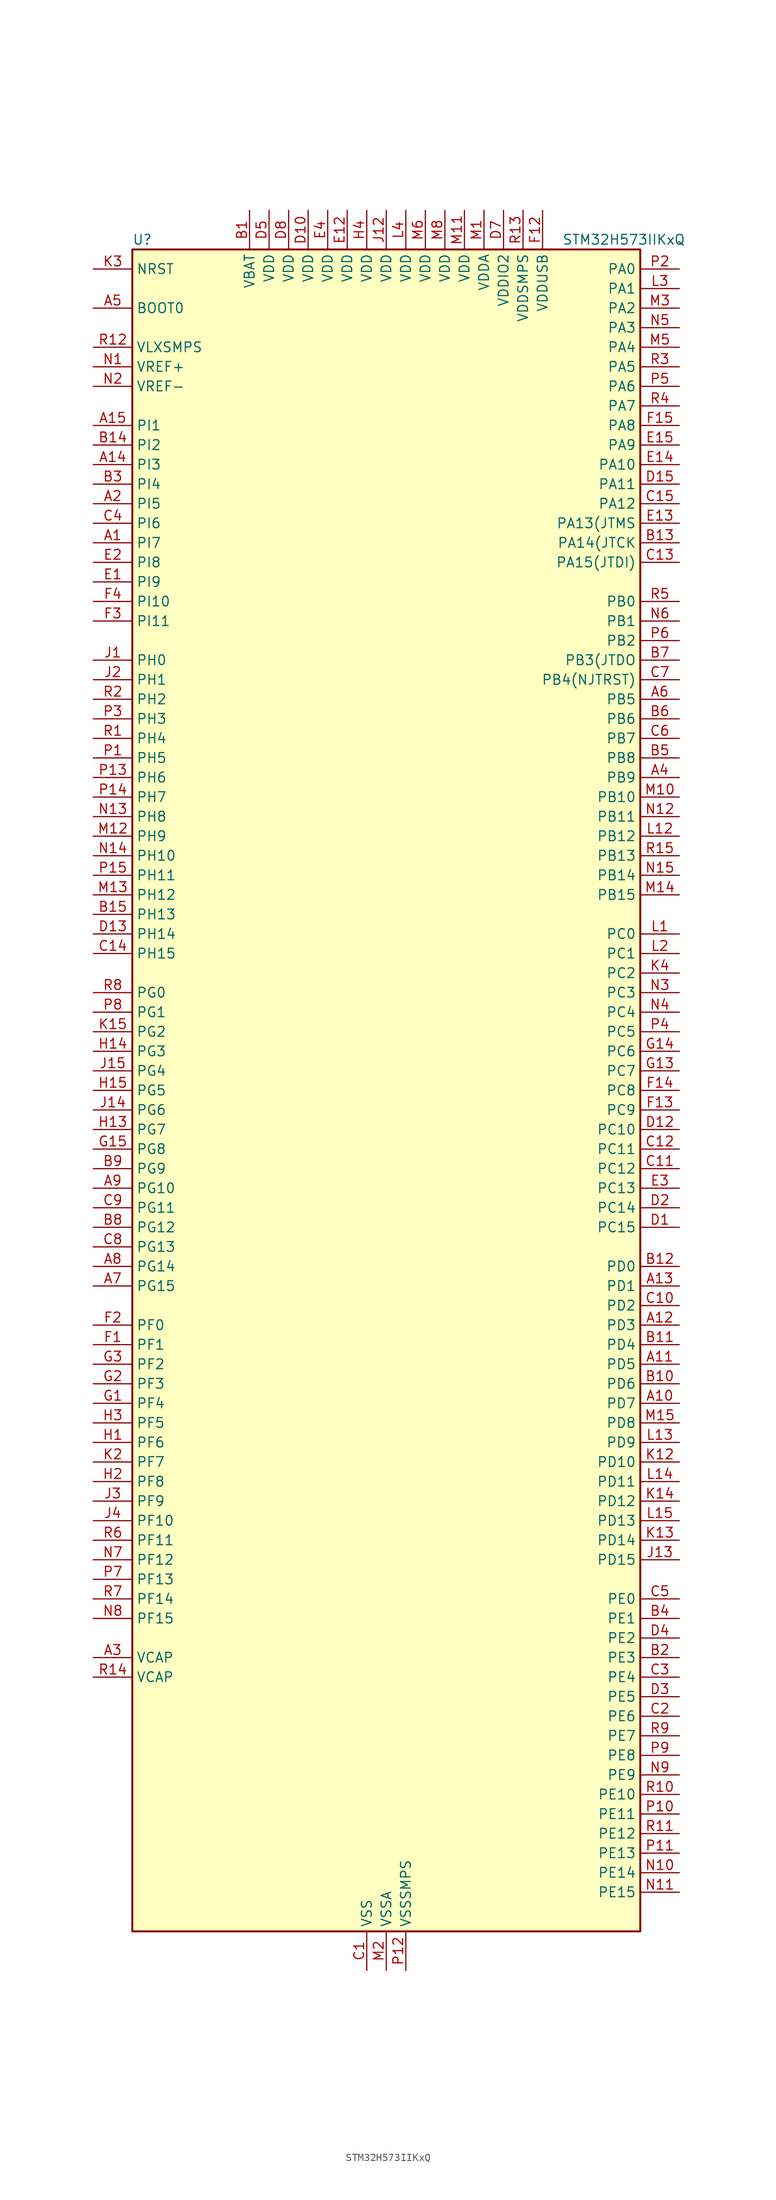
<source format=kicad_sym>
(kicad_symbol_lib
  (version 20231120)
  (generator "kicad_symbol_editor")
  (generator_version "8.0")
  (symbol "STM32H573IIKxQ"
    (property "Reference" "U"
      (at -33.02 110.49 0)
      (effects (font (size 1.27 1.27)) (justify left)))
    (property "Value" "STM32H573IIKxQ"
      (at 22.86 110.49 0)
      (effects (font (size 1.27 1.27)) (justify left)))
    (property "ki_locked" ""
      (at 0 0 0)
      (effects (font (size 1.27 1.27))))
    (symbol "STM32H573IIKxQ_0_1"
      (rectangle (start -33.02 -109.22) (end 33.02 109.22) (stroke (width 0.254) (type default)) (fill (type background))))
    (symbol "STM32H573IIKxQ_1_1"
      (pin bidirectional line (at -38.1 71.12 0) (length 5.08) (name "PI7" (effects (font (size 1.27 1.27)))) (number "A1" (effects (font (size 1.27 1.27)))) (alternate "DCMI_D7" bidirectional line) (alternate "PSSI_D7" bidirectional line) (alternate "SAI2_FS_A" bidirectional line) (alternate "TIM8_CH3" bidirectional line))
      (pin bidirectional line (at 38.1 -40.64 180) (length 5.08) (name "PD7" (effects (font (size 1.27 1.27)))) (number "A10" (effects (font (size 1.27 1.27)))) (alternate "FMC_NCE" bidirectional line) (alternate "FMC_NE1" bidirectional line) (alternate "I2S1_SDO" bidirectional line) (alternate "LPTIM4_OUT" bidirectional line) (alternate "OCTOSPI1_IO7" bidirectional line) (alternate "SDMMC2_CMD" bidirectional line) (alternate "SPI1_MOSI" bidirectional line) (alternate "USART2_CK" bidirectional line))
      (pin bidirectional line (at 38.1 -35.56 180) (length 5.08) (name "PD5" (effects (font (size 1.27 1.27)))) (number "A11" (effects (font (size 1.27 1.27)))) (alternate "FDCAN1_TX" bidirectional line) (alternate "FMC_NWE" bidirectional line) (alternate "OCTOSPI1_IO5" bidirectional line) (alternate "SPI2_RDY" bidirectional line) (alternate "TIM1_CH4N" bidirectional line) (alternate "USART2_TX" bidirectional line))
      (pin bidirectional line (at 38.1 -30.48 180) (length 5.08) (name "PD3" (effects (font (size 1.27 1.27)))) (number "A12" (effects (font (size 1.27 1.27)))) (alternate "DCMI_D5" bidirectional line) (alternate "FMC_CLK" bidirectional line) (alternate "I2S2_CK" bidirectional line) (alternate "PSSI_D5" bidirectional line) (alternate "PWR_WKUP8" bidirectional line) (alternate "SPI2_SCK" bidirectional line) (alternate "USART2_CTS" bidirectional line) (alternate "USART2_NSS" bidirectional line))
      (pin bidirectional line (at 38.1 -25.4 180) (length 5.08) (name "PD1" (effects (font (size 1.27 1.27)))) (number "A13" (effects (font (size 1.27 1.27)))) (alternate "FDCAN1_TX" bidirectional line) (alternate "FMC_D3" bidirectional line) (alternate "FMC_DA3" bidirectional line) (alternate "UART4_TX" bidirectional line))
      (pin bidirectional line (at -38.1 81.28 0) (length 5.08) (name "PI3" (effects (font (size 1.27 1.27)))) (number "A14" (effects (font (size 1.27 1.27)))) (alternate "DCMI_D10" bidirectional line) (alternate "I2S2_SDO" bidirectional line) (alternate "PSSI_D10" bidirectional line) (alternate "SPI2_MOSI" bidirectional line) (alternate "TIM8_ETR" bidirectional line))
      (pin bidirectional line (at -38.1 86.36 0) (length 5.08) (name "PI1" (effects (font (size 1.27 1.27)))) (number "A15" (effects (font (size 1.27 1.27)))) (alternate "DCMI_D8" bidirectional line) (alternate "I2S2_CK" bidirectional line) (alternate "PSSI_D8" bidirectional line) (alternate "SPI2_SCK" bidirectional line) (alternate "TIM8_BKIN2" bidirectional line))
      (pin bidirectional line (at -38.1 76.2 0) (length 5.08) (name "PI5" (effects (font (size 1.27 1.27)))) (number "A2" (effects (font (size 1.27 1.27)))) (alternate "DCMI_VSYNC" bidirectional line) (alternate "PSSI_RDY" bidirectional line) (alternate "SAI2_SCK_A" bidirectional line) (alternate "TIM8_CH1" bidirectional line))
      (pin power_out line (at -38.1 -73.66 0) (length 5.08) (name "VCAP" (effects (font (size 1.27 1.27)))) (number "A3" (effects (font (size 1.27 1.27)))))
      (pin bidirectional line (at 38.1 40.64 180) (length 5.08) (name "PB9" (effects (font (size 1.27 1.27)))) (number "A4" (effects (font (size 1.27 1.27)))) (alternate "DAC1_EXTI9" bidirectional line) (alternate "DCMI_D7" bidirectional line) (alternate "FDCAN1_TX" bidirectional line) (alternate "I2C1_SDA" bidirectional line) (alternate "I2C4_SDA" bidirectional line) (alternate "I2S2_WS" bidirectional line) (alternate "I3C1_SDA" bidirectional line) (alternate "PSSI_D7" bidirectional line) (alternate "SDMMC1_CDIR" bidirectional line) (alternate "SDMMC1_D5" bidirectional line) (alternate "SDMMC2_CKIN" bidirectional line) (alternate "SDMMC2_D5" bidirectional line) (alternate "SPI2_NSS" bidirectional line) (alternate "TIM17_CH1" bidirectional line) (alternate "TIM4_CH4" bidirectional line) (alternate "UART4_TX" bidirectional line))
      (pin input line (at -38.1 101.6 0) (length 5.08) (name "BOOT0" (effects (font (size 1.27 1.27)))) (number "A5" (effects (font (size 1.27 1.27)))))
      (pin bidirectional line (at 38.1 50.8 180) (length 5.08) (name "PB5" (effects (font (size 1.27 1.27)))) (number "A6" (effects (font (size 1.27 1.27)))) (alternate "DCMI_D10" bidirectional line) (alternate "ETH_PPS_OUT" bidirectional line) (alternate "FDCAN2_RX" bidirectional line) (alternate "FMC_SDCKE1" bidirectional line) (alternate "I2C1_SMBA" bidirectional line) (alternate "I2C4_SMBA" bidirectional line) (alternate "I2S1_SDO" bidirectional line) (alternate "I2S3_SDO" bidirectional line) (alternate "OCTOSPI1_NCLK" bidirectional line) (alternate "PSSI_D10" bidirectional line) (alternate "SPI1_MOSI" bidirectional line) (alternate "SPI3_MOSI" bidirectional line) (alternate "SPI6_MOSI" bidirectional line) (alternate "TIM17_BKIN" bidirectional line) (alternate "TIM3_CH2" bidirectional line) (alternate "UART5_RX" bidirectional line))
      (pin bidirectional line (at -38.1 -25.4 0) (length 5.08) (name "PG15" (effects (font (size 1.27 1.27)))) (number "A7" (effects (font (size 1.27 1.27)))) (alternate "ADC1_EXTI15" bidirectional line) (alternate "ADC2_EXTI15" bidirectional line) (alternate "DCMI_D13" bidirectional line) (alternate "FMC_SDNCAS" bidirectional line) (alternate "PSSI_D13" bidirectional line) (alternate "SPI4_RDY" bidirectional line) (alternate "USART10_CK" bidirectional line) (alternate "USART6_CTS" bidirectional line) (alternate "USART6_NSS" bidirectional line))
      (pin bidirectional line (at -38.1 -22.86 0) (length 5.08) (name "PG14" (effects (font (size 1.27 1.27)))) (number "A8" (effects (font (size 1.27 1.27)))) (alternate "DEBUG_TRACED1" bidirectional line) (alternate "ETH_TXD1" bidirectional line) (alternate "FMC_A25" bidirectional line) (alternate "LPTIM1_CH2" bidirectional line) (alternate "LPTIM1_ETR" bidirectional line) (alternate "LPTIM5_IN1" bidirectional line) (alternate "OCTOSPI1_IO7" bidirectional line) (alternate "SDMMC2_D7" bidirectional line) (alternate "SPI6_MOSI" bidirectional line) (alternate "USART10_RTS" bidirectional line) (alternate "USART6_TX" bidirectional line))
      (pin bidirectional line (at -38.1 -12.7 0) (length 5.08) (name "PG10" (effects (font (size 1.27 1.27)))) (number "A9" (effects (font (size 1.27 1.27)))) (alternate "DCMI_D2" bidirectional line) (alternate "FMC_NE3" bidirectional line) (alternate "I2S1_WS" bidirectional line) (alternate "PSSI_D2" bidirectional line) (alternate "SAI2_SD_B" bidirectional line) (alternate "SDMMC2_D1" bidirectional line) (alternate "SPI1_NSS" bidirectional line))
      (pin power_in line (at -17.78 114.3 270) (length 5.08) (name "VBAT" (effects (font (size 1.27 1.27)))) (number "B1" (effects (font (size 1.27 1.27)))))
      (pin bidirectional line (at 38.1 -38.1 180) (length 5.08) (name "PD6" (effects (font (size 1.27 1.27)))) (number "B10" (effects (font (size 1.27 1.27)))) (alternate "DCMI_D10" bidirectional line) (alternate "FMC_NWAIT" bidirectional line) (alternate "I2S3_SDO" bidirectional line) (alternate "OCTOSPI1_IO6" bidirectional line) (alternate "PSSI_D10" bidirectional line) (alternate "SAI1_D1" bidirectional line) (alternate "SAI1_SD_A" bidirectional line) (alternate "SDMMC2_CK" bidirectional line) (alternate "SPI3_MOSI" bidirectional line) (alternate "USART2_RX" bidirectional line))
      (pin bidirectional line (at 38.1 -33.02 180) (length 5.08) (name "PD4" (effects (font (size 1.27 1.27)))) (number "B11" (effects (font (size 1.27 1.27)))) (alternate "FMC_NOE" bidirectional line) (alternate "OCTOSPI1_IO4" bidirectional line) (alternate "USART2_RTS" bidirectional line))
      (pin bidirectional line (at 38.1 -22.86 180) (length 5.08) (name "PD0" (effects (font (size 1.27 1.27)))) (number "B12" (effects (font (size 1.27 1.27)))) (alternate "FDCAN1_RX" bidirectional line) (alternate "FMC_D2" bidirectional line) (alternate "FMC_DA2" bidirectional line) (alternate "TIM8_CH4N" bidirectional line) (alternate "UART4_RX" bidirectional line) (alternate "UART9_CTS" bidirectional line))
      (pin bidirectional line (at 38.1 71.12 180) (length 5.08) (name "PA14(JTCK" (effects (font (size 1.27 1.27)))) (number "B13" (effects (font (size 1.27 1.27)))) (alternate "DEBUG_JTCK-SWCLK" bidirectional line))
      (pin bidirectional line (at -38.1 83.82 0) (length 5.08) (name "PI2" (effects (font (size 1.27 1.27)))) (number "B14" (effects (font (size 1.27 1.27)))) (alternate "DCMI_D9" bidirectional line) (alternate "I2S2_SDI" bidirectional line) (alternate "PSSI_D9" bidirectional line) (alternate "SPI2_MISO" bidirectional line) (alternate "TIM8_CH4" bidirectional line))
      (pin bidirectional line (at -38.1 22.86 0) (length 5.08) (name "PH13" (effects (font (size 1.27 1.27)))) (number "B15" (effects (font (size 1.27 1.27)))) (alternate "DCMI_D3" bidirectional line) (alternate "FDCAN1_TX" bidirectional line) (alternate "LPTIM1_IN2" bidirectional line) (alternate "PSSI_D3" bidirectional line) (alternate "TIM8_CH1N" bidirectional line) (alternate "UART4_TX" bidirectional line) (alternate "UART8_TX" bidirectional line))
      (pin bidirectional line (at 38.1 -73.66 180) (length 5.08) (name "PE3" (effects (font (size 1.27 1.27)))) (number "B2" (effects (font (size 1.27 1.27)))) (alternate "DEBUG_TRACED0" bidirectional line) (alternate "FMC_A19" bidirectional line) (alternate "SAI1_SD_B" bidirectional line) (alternate "TAMP_IN6" bidirectional line) (alternate "TAMP_OUT3" bidirectional line) (alternate "TIM15_BKIN" bidirectional line) (alternate "USART10_TX" bidirectional line))
      (pin bidirectional line (at -38.1 78.74 0) (length 5.08) (name "PI4" (effects (font (size 1.27 1.27)))) (number "B3" (effects (font (size 1.27 1.27)))) (alternate "DCMI_D5" bidirectional line) (alternate "PSSI_D5" bidirectional line) (alternate "SAI2_MCLK_A" bidirectional line) (alternate "SPI2_RDY" bidirectional line) (alternate "TIM8_BKIN" bidirectional line))
      (pin bidirectional line (at 38.1 -68.58 180) (length 5.08) (name "PE1" (effects (font (size 1.27 1.27)))) (number "B4" (effects (font (size 1.27 1.27)))) (alternate "DCMI_D3" bidirectional line) (alternate "FDCAN1_TX" bidirectional line) (alternate "FMC_NBL1" bidirectional line) (alternate "LPTIM1_IN2" bidirectional line) (alternate "PSSI_D3" bidirectional line) (alternate "UART8_TX" bidirectional line))
      (pin bidirectional line (at 38.1 43.18 180) (length 5.08) (name "PB8" (effects (font (size 1.27 1.27)))) (number "B5" (effects (font (size 1.27 1.27)))) (alternate "DCMI_D6" bidirectional line) (alternate "ETH_TXD3" bidirectional line) (alternate "FDCAN1_RX" bidirectional line) (alternate "I2C1_SCL" bidirectional line) (alternate "I2C4_SCL" bidirectional line) (alternate "I3C1_SCL" bidirectional line) (alternate "PSSI_D6" bidirectional line) (alternate "SDMMC1_CKIN" bidirectional line) (alternate "SDMMC1_D4" bidirectional line) (alternate "SDMMC2_D4" bidirectional line) (alternate "SPI4_RDY" bidirectional line) (alternate "TIM16_CH1" bidirectional line) (alternate "TIM4_CH3" bidirectional line) (alternate "UART4_RX" bidirectional line))
      (pin bidirectional line (at 38.1 48.26 180) (length 5.08) (name "PB6" (effects (font (size 1.27 1.27)))) (number "B6" (effects (font (size 1.27 1.27)))) (alternate "CEC" bidirectional line) (alternate "DCMI_D5" bidirectional line) (alternate "FDCAN2_TX" bidirectional line) (alternate "FMC_SDNE1" bidirectional line) (alternate "I2C1_SCL" bidirectional line) (alternate "I2C4_SCL" bidirectional line) (alternate "I3C1_SCL" bidirectional line) (alternate "LPUART1_TX" bidirectional line) (alternate "OCTOSPI1_NCS" bidirectional line) (alternate "PSSI_D5" bidirectional line) (alternate "TIM16_CH1N" bidirectional line) (alternate "TIM4_CH1" bidirectional line) (alternate "UART5_TX" bidirectional line) (alternate "USART1_TX" bidirectional line))
      (pin bidirectional line (at 38.1 55.88 180) (length 5.08) (name "PB3(JTDO" (effects (font (size 1.27 1.27)))) (number "B7" (effects (font (size 1.27 1.27)))) (alternate "CRS_SYNC" bidirectional line) (alternate "DEBUG_JTDO-SWO" bidirectional line) (alternate "I2C2_SDA" bidirectional line) (alternate "I2S1_CK" bidirectional line) (alternate "I2S3_CK" bidirectional line) (alternate "LPTIM6_ETR" bidirectional line) (alternate "SDMMC2_D2" bidirectional line) (alternate "SPI1_SCK" bidirectional line) (alternate "SPI3_SCK" bidirectional line) (alternate "SPI6_SCK" bidirectional line) (alternate "TIM2_CH2" bidirectional line) (alternate "UART12_CTS" bidirectional line) (alternate "UART7_RX" bidirectional line))
      (pin bidirectional line (at -38.1 -17.78 0) (length 5.08) (name "PG12" (effects (font (size 1.27 1.27)))) (number "B8" (effects (font (size 1.27 1.27)))) (alternate "DCMI_D11" bidirectional line) (alternate "ETH_TXD1" bidirectional line) (alternate "FMC_NE4" bidirectional line) (alternate "LPTIM1_IN1" bidirectional line) (alternate "LPTIM5_CH1" bidirectional line) (alternate "PSSI_D11" bidirectional line) (alternate "PSSI_D15" bidirectional line) (alternate "SDMMC2_D3" bidirectional line) (alternate "SPI6_MISO" bidirectional line) (alternate "USART10_TX" bidirectional line) (alternate "USART6_RTS" bidirectional line))
      (pin bidirectional line (at -38.1 -10.16 0) (length 5.08) (name "PG9" (effects (font (size 1.27 1.27)))) (number "B9" (effects (font (size 1.27 1.27)))) (alternate "DAC1_EXTI9" bidirectional line) (alternate "DCMI_VSYNC" bidirectional line) (alternate "FMC_NCE" bidirectional line) (alternate "FMC_NE2" bidirectional line) (alternate "I2S1_SDI" bidirectional line) (alternate "OCTOSPI1_IO6" bidirectional line) (alternate "PSSI_RDY" bidirectional line) (alternate "SAI2_FS_B" bidirectional line) (alternate "SDMMC2_D0" bidirectional line) (alternate "SPI1_MISO" bidirectional line) (alternate "USART6_RX" bidirectional line))
      (pin power_in line (at -2.54 -114.3 90) (length 5.08) (name "VSS" (effects (font (size 1.27 1.27)))) (number "C1" (effects (font (size 1.27 1.27)))))
      (pin bidirectional line (at 38.1 -27.94 180) (length 5.08) (name "PD2" (effects (font (size 1.27 1.27)))) (number "C10" (effects (font (size 1.27 1.27)))) (alternate "DCMI_D11" bidirectional line) (alternate "DEBUG_TRACED2" bidirectional line) (alternate "LPTIM4_ETR" bidirectional line) (alternate "PSSI_D11" bidirectional line) (alternate "PWR_WKUP7" bidirectional line) (alternate "SDMMC1_CMD" bidirectional line) (alternate "TIM15_BKIN" bidirectional line) (alternate "TIM3_ETR" bidirectional line) (alternate "UART5_RX" bidirectional line))
      (pin bidirectional line (at 38.1 -10.16 180) (length 5.08) (name "PC12" (effects (font (size 1.27 1.27)))) (number "C11" (effects (font (size 1.27 1.27)))) (alternate "DCMI_D9" bidirectional line) (alternate "DEBUG_TRACED3" bidirectional line) (alternate "I2S3_SDO" bidirectional line) (alternate "PSSI_D9" bidirectional line) (alternate "SDMMC1_CK" bidirectional line) (alternate "SPI3_MOSI" bidirectional line) (alternate "SPI6_SCK" bidirectional line) (alternate "TIM15_CH1" bidirectional line) (alternate "UART5_TX" bidirectional line) (alternate "USART3_CK" bidirectional line))
      (pin bidirectional line (at 38.1 -7.62 180) (length 5.08) (name "PC11" (effects (font (size 1.27 1.27)))) (number "C12" (effects (font (size 1.27 1.27)))) (alternate "ADC1_EXTI11" bidirectional line) (alternate "ADC2_EXTI11" bidirectional line) (alternate "DCMI_D4" bidirectional line) (alternate "I2S3_SDI" bidirectional line) (alternate "LPTIM3_IN1" bidirectional line) (alternate "OCTOSPI1_NCS" bidirectional line) (alternate "PSSI_D4" bidirectional line) (alternate "SDMMC1_D3" bidirectional line) (alternate "SPI3_MISO" bidirectional line) (alternate "UART4_RX" bidirectional line) (alternate "USART3_RX" bidirectional line))
      (pin bidirectional line (at 38.1 68.58 180) (length 5.08) (name "PA15(JTDI)" (effects (font (size 1.27 1.27)))) (number "C13" (effects (font (size 1.27 1.27)))) (alternate "ADC1_EXTI15" bidirectional line) (alternate "ADC2_EXTI15" bidirectional line) (alternate "CEC" bidirectional line) (alternate "DCMI_D11" bidirectional line) (alternate "DEBUG_JTDI" bidirectional line) (alternate "FMC_NBL1" bidirectional line) (alternate "I2S1_WS" bidirectional line) (alternate "I2S3_WS" bidirectional line) (alternate "LPTIM3_IN2" bidirectional line) (alternate "PSSI_D11" bidirectional line) (alternate "SPI1_NSS" bidirectional line) (alternate "SPI3_NSS" bidirectional line) (alternate "SPI6_NSS" bidirectional line) (alternate "TIM2_CH1" bidirectional line) (alternate "TIM2_ETR" bidirectional line) (alternate "UART4_DE" bidirectional line) (alternate "UART4_RTS" bidirectional line) (alternate "UART7_TX" bidirectional line))
      (pin bidirectional line (at -38.1 17.78 0) (length 5.08) (name "PH15" (effects (font (size 1.27 1.27)))) (number "C14" (effects (font (size 1.27 1.27)))) (alternate "ADC1_EXTI15" bidirectional line) (alternate "ADC2_EXTI15" bidirectional line) (alternate "DCMI_D11" bidirectional line) (alternate "PSSI_D11" bidirectional line) (alternate "TIM8_CH3N" bidirectional line))
      (pin bidirectional line (at 38.1 76.2 180) (length 5.08) (name "PA12" (effects (font (size 1.27 1.27)))) (number "C15" (effects (font (size 1.27 1.27)))) (alternate "FDCAN1_TX" bidirectional line) (alternate "I2S2_CK" bidirectional line) (alternate "LPUART1_RTS" bidirectional line) (alternate "SAI2_FS_B" bidirectional line) (alternate "SPI2_SCK" bidirectional line) (alternate "TIM1_ETR" bidirectional line) (alternate "UART4_TX" bidirectional line) (alternate "USART1_RTS" bidirectional line) (alternate "USB_DP" bidirectional line))
      (pin bidirectional line (at 38.1 -81.28 180) (length 5.08) (name "PE6" (effects (font (size 1.27 1.27)))) (number "C2" (effects (font (size 1.27 1.27)))) (alternate "DCMI_D7" bidirectional line) (alternate "DEBUG_TRACED3" bidirectional line) (alternate "FMC_A22" bidirectional line) (alternate "PSSI_D7" bidirectional line) (alternate "SAI1_D1" bidirectional line) (alternate "SAI1_SD_A" bidirectional line) (alternate "SAI2_MCLK_B" bidirectional line) (alternate "SPI4_MOSI" bidirectional line) (alternate "TAMP_IN3" bidirectional line) (alternate "TAMP_OUT6" bidirectional line) (alternate "TIM15_CH2" bidirectional line) (alternate "TIM1_BKIN2" bidirectional line))
      (pin bidirectional line (at 38.1 -76.2 180) (length 5.08) (name "PE4" (effects (font (size 1.27 1.27)))) (number "C3" (effects (font (size 1.27 1.27)))) (alternate "DCMI_D4" bidirectional line) (alternate "DEBUG_TRACED1" bidirectional line) (alternate "FMC_A20" bidirectional line) (alternate "PSSI_D4" bidirectional line) (alternate "SAI1_D2" bidirectional line) (alternate "SAI1_FS_A" bidirectional line) (alternate "SPI4_NSS" bidirectional line) (alternate "TAMP_IN7" bidirectional line) (alternate "TAMP_OUT8" bidirectional line) (alternate "TIM15_CH1N" bidirectional line))
      (pin bidirectional line (at -38.1 73.66 0) (length 5.08) (name "PI6" (effects (font (size 1.27 1.27)))) (number "C4" (effects (font (size 1.27 1.27)))) (alternate "DCMI_D6" bidirectional line) (alternate "PSSI_D6" bidirectional line) (alternate "SAI2_SD_A" bidirectional line) (alternate "TIM8_CH2" bidirectional line))
      (pin bidirectional line (at 38.1 -66.04 180) (length 5.08) (name "PE0" (effects (font (size 1.27 1.27)))) (number "C5" (effects (font (size 1.27 1.27)))) (alternate "DCMI_D2" bidirectional line) (alternate "FDCAN1_RX" bidirectional line) (alternate "FMC_NBL0" bidirectional line) (alternate "LPTIM1_ETR" bidirectional line) (alternate "LPTIM2_CH2" bidirectional line) (alternate "LPTIM2_ETR" bidirectional line) (alternate "PSSI_D2" bidirectional line) (alternate "SAI2_MCLK_A" bidirectional line) (alternate "SPI3_RDY" bidirectional line) (alternate "TIM4_ETR" bidirectional line) (alternate "UART8_RX" bidirectional line))
      (pin bidirectional line (at 38.1 45.72 180) (length 5.08) (name "PB7" (effects (font (size 1.27 1.27)))) (number "C6" (effects (font (size 1.27 1.27)))) (alternate "DCMI_VSYNC" bidirectional line) (alternate "FDCAN1_TX" bidirectional line) (alternate "FMC_NL" bidirectional line) (alternate "I2C1_SDA" bidirectional line) (alternate "I2C4_SDA" bidirectional line) (alternate "I3C1_SDA" bidirectional line) (alternate "LPUART1_RX" bidirectional line) (alternate "PSSI_RDY" bidirectional line) (alternate "PWR_WKUP5" bidirectional line) (alternate "SDMMC2_CKIN" bidirectional line) (alternate "SDMMC2_D5" bidirectional line) (alternate "TIM17_CH1N" bidirectional line) (alternate "TIM4_CH2" bidirectional line) (alternate "USART1_RX" bidirectional line))
      (pin bidirectional line (at 38.1 53.34 180) (length 5.08) (name "PB4(NJTRST)" (effects (font (size 1.27 1.27)))) (number "C7" (effects (font (size 1.27 1.27)))) (alternate "DCMI_D7" bidirectional line) (alternate "DEBUG_JTRST" bidirectional line) (alternate "I2S1_SDI" bidirectional line) (alternate "I2S2_WS" bidirectional line) (alternate "I2S3_SDI" bidirectional line) (alternate "LPTIM1_CH2" bidirectional line) (alternate "OCTOSPI1_CLK" bidirectional line) (alternate "PSSI_D7" bidirectional line) (alternate "SDMMC2_D3" bidirectional line) (alternate "SPI1_MISO" bidirectional line) (alternate "SPI2_NSS" bidirectional line) (alternate "SPI3_MISO" bidirectional line) (alternate "SPI6_MISO" bidirectional line) (alternate "TIM16_BKIN" bidirectional line) (alternate "TIM3_CH1" bidirectional line) (alternate "UART7_TX" bidirectional line))
      (pin bidirectional line (at -38.1 -20.32 0) (length 5.08) (name "PG13" (effects (font (size 1.27 1.27)))) (number "C8" (effects (font (size 1.27 1.27)))) (alternate "DEBUG_TRACED0" bidirectional line) (alternate "ETH_TXD0" bidirectional line) (alternate "FMC_A24" bidirectional line) (alternate "LPTIM1_CH1" bidirectional line) (alternate "LPTIM5_CH2" bidirectional line) (alternate "SDMMC2_D6" bidirectional line) (alternate "SPI6_SCK" bidirectional line) (alternate "USART10_CTS" bidirectional line) (alternate "USART10_NSS" bidirectional line) (alternate "USART6_CTS" bidirectional line) (alternate "USART6_NSS" bidirectional line))
      (pin bidirectional line (at -38.1 -15.24 0) (length 5.08) (name "PG11" (effects (font (size 1.27 1.27)))) (number "C9" (effects (font (size 1.27 1.27)))) (alternate "ADC1_EXTI11" bidirectional line) (alternate "ADC2_EXTI11" bidirectional line) (alternate "DCMI_D3" bidirectional line) (alternate "ETH_TX_EN" bidirectional line) (alternate "I2S1_CK" bidirectional line) (alternate "LPTIM1_IN2" bidirectional line) (alternate "PSSI_D3" bidirectional line) (alternate "SDMMC2_D2" bidirectional line) (alternate "SPI1_SCK" bidirectional line) (alternate "USART10_RX" bidirectional line) (alternate "USART11_RTS" bidirectional line))
      (pin bidirectional line (at 38.1 -17.78 180) (length 5.08) (name "PC15" (effects (font (size 1.27 1.27)))) (number "D1" (effects (font (size 1.27 1.27)))) (alternate "ADC1_EXTI15" bidirectional line) (alternate "ADC2_EXTI15" bidirectional line) (alternate "RCC_OSC32_OUT" bidirectional line))
      (pin power_in line (at -10.16 114.3 270) (length 5.08) (name "VDD" (effects (font (size 1.27 1.27)))) (number "D10" (effects (font (size 1.27 1.27)))))
      (pin passive line (at -2.54 -114.3 90) (length 5.08) hide (name "VSS" (effects (font (size 1.27 1.27)))) (number "D11" (effects (font (size 1.27 1.27)))))
      (pin bidirectional line (at 38.1 -5.08 180) (length 5.08) (name "PC10" (effects (font (size 1.27 1.27)))) (number "D12" (effects (font (size 1.27 1.27)))) (alternate "DCMI_D8" bidirectional line) (alternate "ETH_TXD0" bidirectional line) (alternate "I2S3_CK" bidirectional line) (alternate "LPTIM3_ETR" bidirectional line) (alternate "OCTOSPI1_IO1" bidirectional line) (alternate "PSSI_D8" bidirectional line) (alternate "SDMMC1_D2" bidirectional line) (alternate "SPI3_SCK" bidirectional line) (alternate "UART4_TX" bidirectional line) (alternate "USART3_TX" bidirectional line))
      (pin bidirectional line (at -38.1 20.32 0) (length 5.08) (name "PH14" (effects (font (size 1.27 1.27)))) (number "D13" (effects (font (size 1.27 1.27)))) (alternate "DCMI_D4" bidirectional line) (alternate "FDCAN1_RX" bidirectional line) (alternate "PSSI_D4" bidirectional line) (alternate "TIM8_CH2N" bidirectional line) (alternate "UART4_RX" bidirectional line))
      (pin passive line (at -2.54 -114.3 90) (length 5.08) hide (name "VSS" (effects (font (size 1.27 1.27)))) (number "D14" (effects (font (size 1.27 1.27)))))
      (pin bidirectional line (at 38.1 78.74 180) (length 5.08) (name "PA11" (effects (font (size 1.27 1.27)))) (number "D15" (effects (font (size 1.27 1.27)))) (alternate "ADC1_EXTI11" bidirectional line) (alternate "ADC2_EXTI11" bidirectional line) (alternate "FDCAN1_RX" bidirectional line) (alternate "I2S2_WS" bidirectional line) (alternate "LPUART1_CTS" bidirectional line) (alternate "SPI2_NSS" bidirectional line) (alternate "TIM1_CH4" bidirectional line) (alternate "UART4_RX" bidirectional line) (alternate "USART1_CTS" bidirectional line) (alternate "USART1_NSS" bidirectional line) (alternate "USB_DM" bidirectional line))
      (pin bidirectional line (at 38.1 -15.24 180) (length 5.08) (name "PC14" (effects (font (size 1.27 1.27)))) (number "D2" (effects (font (size 1.27 1.27)))) (alternate "RCC_OSC32_IN" bidirectional line))
      (pin bidirectional line (at 38.1 -78.74 180) (length 5.08) (name "PE5" (effects (font (size 1.27 1.27)))) (number "D3" (effects (font (size 1.27 1.27)))) (alternate "DCMI_D6" bidirectional line) (alternate "DEBUG_TRACED2" bidirectional line) (alternate "FMC_A21" bidirectional line) (alternate "PSSI_D6" bidirectional line) (alternate "SAI1_CK2" bidirectional line) (alternate "SAI1_SCK_A" bidirectional line) (alternate "SPI4_MISO" bidirectional line) (alternate "TAMP_IN8" bidirectional line) (alternate "TAMP_OUT7" bidirectional line) (alternate "TIM15_CH1" bidirectional line))
      (pin bidirectional line (at 38.1 -71.12 180) (length 5.08) (name "PE2" (effects (font (size 1.27 1.27)))) (number "D4" (effects (font (size 1.27 1.27)))) (alternate "DCMI_D3" bidirectional line) (alternate "DEBUG_TRACECLK" bidirectional line) (alternate "ETH_TXD3" bidirectional line) (alternate "FMC_A23" bidirectional line) (alternate "LPTIM1_IN2" bidirectional line) (alternate "OCTOSPI1_IO2" bidirectional line) (alternate "PSSI_D3" bidirectional line) (alternate "SAI1_CK1" bidirectional line) (alternate "SAI1_MCLK_A" bidirectional line) (alternate "SPI4_SCK" bidirectional line) (alternate "UART8_TX" bidirectional line) (alternate "USART10_RX" bidirectional line))
      (pin power_in line (at -15.24 114.3 270) (length 5.08) (name "VDD" (effects (font (size 1.27 1.27)))) (number "D5" (effects (font (size 1.27 1.27)))))
      (pin passive line (at -2.54 -114.3 90) (length 5.08) hide (name "VSS" (effects (font (size 1.27 1.27)))) (number "D6" (effects (font (size 1.27 1.27)))))
      (pin power_in line (at 15.24 114.3 270) (length 5.08) (name "VDDIO2" (effects (font (size 1.27 1.27)))) (number "D7" (effects (font (size 1.27 1.27)))))
      (pin power_in line (at -12.7 114.3 270) (length 5.08) (name "VDD" (effects (font (size 1.27 1.27)))) (number "D8" (effects (font (size 1.27 1.27)))))
      (pin passive line (at -2.54 -114.3 90) (length 5.08) hide (name "VSS" (effects (font (size 1.27 1.27)))) (number "D9" (effects (font (size 1.27 1.27)))))
      (pin bidirectional line (at -38.1 66.04 0) (length 5.08) (name "PI9" (effects (font (size 1.27 1.27)))) (number "E1" (effects (font (size 1.27 1.27)))) (alternate "DAC1_EXTI9" bidirectional line) (alternate "FDCAN1_RX" bidirectional line) (alternate "UART4_RX" bidirectional line))
      (pin power_in line (at -5.08 114.3 270) (length 5.08) (name "VDD" (effects (font (size 1.27 1.27)))) (number "E12" (effects (font (size 1.27 1.27)))))
      (pin bidirectional line (at 38.1 73.66 180) (length 5.08) (name "PA13(JTMS" (effects (font (size 1.27 1.27)))) (number "E13" (effects (font (size 1.27 1.27)))) (alternate "DEBUG_JTMS-SWDIO" bidirectional line))
      (pin bidirectional line (at 38.1 81.28 180) (length 5.08) (name "PA10" (effects (font (size 1.27 1.27)))) (number "E14" (effects (font (size 1.27 1.27)))) (alternate "DCMI_D1" bidirectional line) (alternate "FDCAN2_TX" bidirectional line) (alternate "LPTIM2_IN2" bidirectional line) (alternate "LPUART1_RX" bidirectional line) (alternate "PSSI_D1" bidirectional line) (alternate "SDMMC1_D0" bidirectional line) (alternate "TIM1_CH3" bidirectional line) (alternate "UCPD1_FRSTX" bidirectional line) (alternate "USART1_RX" bidirectional line))
      (pin bidirectional line (at 38.1 83.82 180) (length 5.08) (name "PA9" (effects (font (size 1.27 1.27)))) (number "E15" (effects (font (size 1.27 1.27)))) (alternate "DAC1_EXTI9" bidirectional line) (alternate "DCMI_D0" bidirectional line) (alternate "ETH_TX_ER" bidirectional line) (alternate "FMC_NWE" bidirectional line) (alternate "I2C3_SMBA" bidirectional line) (alternate "I2S2_CK" bidirectional line) (alternate "LPUART1_TX" bidirectional line) (alternate "PSSI_D0" bidirectional line) (alternate "SPI2_SCK" bidirectional line) (alternate "TIM1_CH2" bidirectional line) (alternate "UCPD1_DB1" bidirectional line) (alternate "USART1_TX" bidirectional line))
      (pin bidirectional line (at -38.1 68.58 0) (length 5.08) (name "PI8" (effects (font (size 1.27 1.27)))) (number "E2" (effects (font (size 1.27 1.27)))) (alternate "PWR_WKUP3" bidirectional line) (alternate "RTC_OUT2" bidirectional line) (alternate "TAMP_IN2" bidirectional line) (alternate "TAMP_OUT3" bidirectional line))
      (pin bidirectional line (at 38.1 -12.7 180) (length 5.08) (name "PC13" (effects (font (size 1.27 1.27)))) (number "E3" (effects (font (size 1.27 1.27)))) (alternate "PWR_WKUP4" bidirectional line) (alternate "RTC_OUT1" bidirectional line) (alternate "RTC_TS" bidirectional line) (alternate "TAMP_IN1" bidirectional line) (alternate "TAMP_OUT2" bidirectional line) (alternate "TAMP_OUT3" bidirectional line))
      (pin power_in line (at -7.62 114.3 270) (length 5.08) (name "VDD" (effects (font (size 1.27 1.27)))) (number "E4" (effects (font (size 1.27 1.27)))))
      (pin bidirectional line (at -38.1 -33.02 0) (length 5.08) (name "PF1" (effects (font (size 1.27 1.27)))) (number "F1" (effects (font (size 1.27 1.27)))) (alternate "FMC_A1" bidirectional line) (alternate "I2C2_SCL" bidirectional line) (alternate "LPTIM5_CH2" bidirectional line))
      (pin passive line (at -2.54 -114.3 90) (length 5.08) hide (name "VSS" (effects (font (size 1.27 1.27)))) (number "F10" (effects (font (size 1.27 1.27)))))
      (pin power_in line (at 20.32 114.3 270) (length 5.08) (name "VDDUSB" (effects (font (size 1.27 1.27)))) (number "F12" (effects (font (size 1.27 1.27)))))
      (pin bidirectional line (at 38.1 -2.54 180) (length 5.08) (name "PC9" (effects (font (size 1.27 1.27)))) (number "F13" (effects (font (size 1.27 1.27)))) (alternate "AUDIOCLK" bidirectional line) (alternate "DAC1_EXTI9" bidirectional line) (alternate "DCMI_D3" bidirectional line) (alternate "FMC_CLE" bidirectional line) (alternate "I2C3_SDA" bidirectional line) (alternate "OCTOSPI1_IO0" bidirectional line) (alternate "PSSI_D3" bidirectional line) (alternate "RCC_MCO_2" bidirectional line) (alternate "SDMMC1_D1" bidirectional line) (alternate "TIM3_CH4" bidirectional line) (alternate "TIM8_CH4" bidirectional line) (alternate "UART5_CTS" bidirectional line) (alternate "UCPD1_DB2" bidirectional line))
      (pin bidirectional line (at 38.1 0 180) (length 5.08) (name "PC8" (effects (font (size 1.27 1.27)))) (number "F14" (effects (font (size 1.27 1.27)))) (alternate "DCMI_D2" bidirectional line) (alternate "DEBUG_TRACED1" bidirectional line) (alternate "FMC_ALE" bidirectional line) (alternate "FMC_INT" bidirectional line) (alternate "FMC_NCE" bidirectional line) (alternate "FMC_NE2" bidirectional line) (alternate "PSSI_D2" bidirectional line) (alternate "SDMMC1_D0" bidirectional line) (alternate "TIM3_CH3" bidirectional line) (alternate "TIM8_CH3" bidirectional line) (alternate "UART5_DE" bidirectional line) (alternate "UART5_RTS" bidirectional line) (alternate "USART6_CK" bidirectional line))
      (pin bidirectional line (at 38.1 86.36 180) (length 5.08) (name "PA8" (effects (font (size 1.27 1.27)))) (number "F15" (effects (font (size 1.27 1.27)))) (alternate "DCMI_D3" bidirectional line) (alternate "FMC_NOE" bidirectional line) (alternate "I2C3_SCL" bidirectional line) (alternate "PSSI_D3" bidirectional line) (alternate "RCC_MCO_1" bidirectional line) (alternate "SPI1_RDY" bidirectional line) (alternate "TIM1_CH1" bidirectional line) (alternate "TIM8_BKIN2" bidirectional line) (alternate "UART7_RX" bidirectional line) (alternate "USART1_CK" bidirectional line) (alternate "USB_SOF" bidirectional line))
      (pin bidirectional line (at -38.1 -30.48 0) (length 5.08) (name "PF0" (effects (font (size 1.27 1.27)))) (number "F2" (effects (font (size 1.27 1.27)))) (alternate "FMC_A0" bidirectional line) (alternate "I2C2_SDA" bidirectional line) (alternate "LPTIM5_CH1" bidirectional line))
      (pin bidirectional line (at -38.1 60.96 0) (length 5.08) (name "PI11" (effects (font (size 1.27 1.27)))) (number "F3" (effects (font (size 1.27 1.27)))) (alternate "ADC1_EXTI11" bidirectional line) (alternate "ADC2_EXTI11" bidirectional line) (alternate "PSSI_D15" bidirectional line) (alternate "TAMP_IN4" bidirectional line) (alternate "TAMP_OUT5" bidirectional line))
      (pin bidirectional line (at -38.1 63.5 0) (length 5.08) (name "PI10" (effects (font (size 1.27 1.27)))) (number "F4" (effects (font (size 1.27 1.27)))) (alternate "ETH_RX_ER" bidirectional line) (alternate "FDCAN1_RX" bidirectional line) (alternate "PSSI_D14" bidirectional line))
      (pin passive line (at -2.54 -114.3 90) (length 5.08) hide (name "VSS" (effects (font (size 1.27 1.27)))) (number "F6" (effects (font (size 1.27 1.27)))))
      (pin passive line (at -2.54 -114.3 90) (length 5.08) hide (name "VSS" (effects (font (size 1.27 1.27)))) (number "F7" (effects (font (size 1.27 1.27)))))
      (pin passive line (at -2.54 -114.3 90) (length 5.08) hide (name "VSS" (effects (font (size 1.27 1.27)))) (number "F8" (effects (font (size 1.27 1.27)))))
      (pin passive line (at -2.54 -114.3 90) (length 5.08) hide (name "VSS" (effects (font (size 1.27 1.27)))) (number "F9" (effects (font (size 1.27 1.27)))))
      (pin bidirectional line (at -38.1 -40.64 0) (length 5.08) (name "PF4" (effects (font (size 1.27 1.27)))) (number "G1" (effects (font (size 1.27 1.27)))) (alternate "FMC_A4" bidirectional line) (alternate "LPTIM3_ETR" bidirectional line) (alternate "USART11_RX" bidirectional line))
      (pin passive line (at -2.54 -114.3 90) (length 5.08) hide (name "VSS" (effects (font (size 1.27 1.27)))) (number "G10" (effects (font (size 1.27 1.27)))))
      (pin passive line (at -2.54 -114.3 90) (length 5.08) hide (name "VSS" (effects (font (size 1.27 1.27)))) (number "G12" (effects (font (size 1.27 1.27)))))
      (pin bidirectional line (at 38.1 2.54 180) (length 5.08) (name "PC7" (effects (font (size 1.27 1.27)))) (number "G13" (effects (font (size 1.27 1.27)))) (alternate "DCMI_D1" bidirectional line) (alternate "DEBUG_TRGIO" bidirectional line) (alternate "FMC_NE1" bidirectional line) (alternate "I2S3_MCK" bidirectional line) (alternate "OCTOSPI1_IO6" bidirectional line) (alternate "PSSI_D1" bidirectional line) (alternate "SDMMC1_D123DIR" bidirectional line) (alternate "SDMMC1_D7" bidirectional line) (alternate "SDMMC2_D7" bidirectional line) (alternate "TIM3_CH2" bidirectional line) (alternate "TIM8_CH2" bidirectional line) (alternate "USART6_RX" bidirectional line))
      (pin bidirectional line (at 38.1 5.08 180) (length 5.08) (name "PC6" (effects (font (size 1.27 1.27)))) (number "G14" (effects (font (size 1.27 1.27)))) (alternate "DCMI_D0" bidirectional line) (alternate "FMC_NWAIT" bidirectional line) (alternate "I2S2_MCK" bidirectional line) (alternate "OCTOSPI1_IO5" bidirectional line) (alternate "PSSI_D0" bidirectional line) (alternate "SAI1_SCK_A" bidirectional line) (alternate "SDMMC1_D0DIR" bidirectional line) (alternate "SDMMC1_D6" bidirectional line) (alternate "SDMMC2_D6" bidirectional line) (alternate "TIM3_CH1" bidirectional line) (alternate "TIM8_CH1" bidirectional line) (alternate "USART6_TX" bidirectional line))
      (pin bidirectional line (at -38.1 -7.62 0) (length 5.08) (name "PG8" (effects (font (size 1.27 1.27)))) (number "G15" (effects (font (size 1.27 1.27)))) (alternate "ETH_PPS_OUT" bidirectional line) (alternate "FMC_SDCLK" bidirectional line) (alternate "SPI6_NSS" bidirectional line) (alternate "TIM8_ETR" bidirectional line) (alternate "USART6_RTS" bidirectional line))
      (pin bidirectional line (at -38.1 -38.1 0) (length 5.08) (name "PF3" (effects (font (size 1.27 1.27)))) (number "G2" (effects (font (size 1.27 1.27)))) (alternate "FMC_A3" bidirectional line) (alternate "LPTIM3_IN1" bidirectional line) (alternate "LPTIM5_IN2" bidirectional line) (alternate "USART11_TX" bidirectional line))
      (pin bidirectional line (at -38.1 -35.56 0) (length 5.08) (name "PF2" (effects (font (size 1.27 1.27)))) (number "G3" (effects (font (size 1.27 1.27)))) (alternate "FMC_A2" bidirectional line) (alternate "I2C2_SMBA" bidirectional line) (alternate "LPTIM3_CH2" bidirectional line) (alternate "LPTIM3_IN2" bidirectional line) (alternate "LPTIM5_IN1" bidirectional line) (alternate "UART12_TX" bidirectional line) (alternate "USART11_CK" bidirectional line))
      (pin passive line (at -2.54 -114.3 90) (length 5.08) hide (name "VSS" (effects (font (size 1.27 1.27)))) (number "G4" (effects (font (size 1.27 1.27)))))
      (pin passive line (at -2.54 -114.3 90) (length 5.08) hide (name "VSS" (effects (font (size 1.27 1.27)))) (number "G6" (effects (font (size 1.27 1.27)))))
      (pin passive line (at -2.54 -114.3 90) (length 5.08) hide (name "VSS" (effects (font (size 1.27 1.27)))) (number "G7" (effects (font (size 1.27 1.27)))))
      (pin passive line (at -2.54 -114.3 90) (length 5.08) hide (name "VSS" (effects (font (size 1.27 1.27)))) (number "G8" (effects (font (size 1.27 1.27)))))
      (pin passive line (at -2.54 -114.3 90) (length 5.08) hide (name "VSS" (effects (font (size 1.27 1.27)))) (number "G9" (effects (font (size 1.27 1.27)))))
      (pin bidirectional line (at -38.1 -45.72 0) (length 5.08) (name "PF6" (effects (font (size 1.27 1.27)))) (number "H1" (effects (font (size 1.27 1.27)))) (alternate "LPTIM5_CH1" bidirectional line) (alternate "OCTOSPI1_IO3" bidirectional line) (alternate "SAI1_SD_B" bidirectional line) (alternate "SPI5_NSS" bidirectional line) (alternate "TIM16_CH1" bidirectional line) (alternate "UART7_RX" bidirectional line))
      (pin passive line (at -2.54 -114.3 90) (length 5.08) hide (name "VSS" (effects (font (size 1.27 1.27)))) (number "H10" (effects (font (size 1.27 1.27)))))
      (pin passive line (at -2.54 -114.3 90) (length 5.08) hide (name "VSS" (effects (font (size 1.27 1.27)))) (number "H12" (effects (font (size 1.27 1.27)))))
      (pin bidirectional line (at -38.1 -5.08 0) (length 5.08) (name "PG7" (effects (font (size 1.27 1.27)))) (number "H13" (effects (font (size 1.27 1.27)))) (alternate "DCMI_D13" bidirectional line) (alternate "FMC_INT" bidirectional line) (alternate "I2C4_SCL" bidirectional line) (alternate "I3C1_SCL" bidirectional line) (alternate "PSSI_D13" bidirectional line) (alternate "SAI1_CK2" bidirectional line) (alternate "SAI1_MCLK_A" bidirectional line) (alternate "UCPD1_FRSTX" bidirectional line) (alternate "USART6_CK" bidirectional line))
      (pin bidirectional line (at -38.1 5.08 0) (length 5.08) (name "PG3" (effects (font (size 1.27 1.27)))) (number "H14" (effects (font (size 1.27 1.27)))) (alternate "FMC_A13" bidirectional line) (alternate "LPTIM5_ETR" bidirectional line) (alternate "TIM8_BKIN2" bidirectional line) (alternate "UART12_TX" bidirectional line))
      (pin bidirectional line (at -38.1 0 0) (length 5.08) (name "PG5" (effects (font (size 1.27 1.27)))) (number "H15" (effects (font (size 1.27 1.27)))) (alternate "FMC_A15" bidirectional line) (alternate "FMC_BA1" bidirectional line) (alternate "TIM1_ETR" bidirectional line))
      (pin bidirectional line (at -38.1 -50.8 0) (length 5.08) (name "PF8" (effects (font (size 1.27 1.27)))) (number "H2" (effects (font (size 1.27 1.27)))) (alternate "LPTIM5_IN1" bidirectional line) (alternate "OCTOSPI1_IO0" bidirectional line) (alternate "SAI1_SCK_B" bidirectional line) (alternate "SPI5_MISO" bidirectional line) (alternate "TIM13_CH1" bidirectional line) (alternate "TIM16_CH1N" bidirectional line) (alternate "UART7_RTS" bidirectional line))
      (pin bidirectional line (at -38.1 -43.18 0) (length 5.08) (name "PF5" (effects (font (size 1.27 1.27)))) (number "H3" (effects (font (size 1.27 1.27)))) (alternate "FMC_A5" bidirectional line) (alternate "I2C4_SCL" bidirectional line) (alternate "I3C1_SCL" bidirectional line) (alternate "LPTIM3_CH1" bidirectional line) (alternate "LPTIM3_IN1" bidirectional line) (alternate "UART12_RX" bidirectional line) (alternate "USART11_CTS" bidirectional line) (alternate "USART11_NSS" bidirectional line))
      (pin power_in line (at -2.54 114.3 270) (length 5.08) (name "VDD" (effects (font (size 1.27 1.27)))) (number "H4" (effects (font (size 1.27 1.27)))))
      (pin passive line (at -2.54 -114.3 90) (length 5.08) hide (name "VSS" (effects (font (size 1.27 1.27)))) (number "H6" (effects (font (size 1.27 1.27)))))
      (pin passive line (at -2.54 -114.3 90) (length 5.08) hide (name "VSS" (effects (font (size 1.27 1.27)))) (number "H7" (effects (font (size 1.27 1.27)))))
      (pin passive line (at -2.54 -114.3 90) (length 5.08) hide (name "VSS" (effects (font (size 1.27 1.27)))) (number "H8" (effects (font (size 1.27 1.27)))))
      (pin passive line (at -2.54 -114.3 90) (length 5.08) hide (name "VSS" (effects (font (size 1.27 1.27)))) (number "H9" (effects (font (size 1.27 1.27)))))
      (pin bidirectional line (at -38.1 55.88 0) (length 5.08) (name "PH0" (effects (font (size 1.27 1.27)))) (number "J1" (effects (font (size 1.27 1.27)))) (alternate "RCC_OSC_IN" bidirectional line))
      (pin passive line (at -2.54 -114.3 90) (length 5.08) hide (name "VSS" (effects (font (size 1.27 1.27)))) (number "J10" (effects (font (size 1.27 1.27)))))
      (pin power_in line (at 0 114.3 270) (length 5.08) (name "VDD" (effects (font (size 1.27 1.27)))) (number "J12" (effects (font (size 1.27 1.27)))))
      (pin bidirectional line (at 38.1 -60.96 180) (length 5.08) (name "PD15" (effects (font (size 1.27 1.27)))) (number "J13" (effects (font (size 1.27 1.27)))) (alternate "ADC1_EXTI15" bidirectional line) (alternate "ADC2_EXTI15" bidirectional line) (alternate "FMC_D1" bidirectional line) (alternate "FMC_DA1" bidirectional line) (alternate "TIM4_CH4" bidirectional line) (alternate "UART8_RTS" bidirectional line) (alternate "UART9_TX" bidirectional line))
      (pin bidirectional line (at -38.1 -2.54 0) (length 5.08) (name "PG6" (effects (font (size 1.27 1.27)))) (number "J14" (effects (font (size 1.27 1.27)))) (alternate "DCMI_D12" bidirectional line) (alternate "FMC_NE3" bidirectional line) (alternate "I2C4_SDA" bidirectional line) (alternate "I3C1_SDA" bidirectional line) (alternate "OCTOSPI1_NCS" bidirectional line) (alternate "PSSI_D12" bidirectional line) (alternate "SPI1_RDY" bidirectional line) (alternate "TIM17_BKIN" bidirectional line) (alternate "UCPD1_FRSTX" bidirectional line))
      (pin bidirectional line (at -38.1 2.54 0) (length 5.08) (name "PG4" (effects (font (size 1.27 1.27)))) (number "J15" (effects (font (size 1.27 1.27)))) (alternate "FMC_A14" bidirectional line) (alternate "FMC_BA0" bidirectional line) (alternate "LPTIM4_ETR" bidirectional line) (alternate "TIM1_BKIN2" bidirectional line))
      (pin bidirectional line (at -38.1 53.34 0) (length 5.08) (name "PH1" (effects (font (size 1.27 1.27)))) (number "J2" (effects (font (size 1.27 1.27)))) (alternate "RCC_OSC_OUT" bidirectional line))
      (pin bidirectional line (at -38.1 -53.34 0) (length 5.08) (name "PF9" (effects (font (size 1.27 1.27)))) (number "J3" (effects (font (size 1.27 1.27)))) (alternate "DAC1_EXTI9" bidirectional line) (alternate "LPTIM5_IN2" bidirectional line) (alternate "OCTOSPI1_IO1" bidirectional line) (alternate "SAI1_FS_B" bidirectional line) (alternate "SPI5_MOSI" bidirectional line) (alternate "TIM14_CH1" bidirectional line) (alternate "TIM17_CH1N" bidirectional line) (alternate "UART7_CTS" bidirectional line))
      (pin bidirectional line (at -38.1 -55.88 0) (length 5.08) (name "PF10" (effects (font (size 1.27 1.27)))) (number "J4" (effects (font (size 1.27 1.27)))) (alternate "DCMI_D11" bidirectional line) (alternate "OCTOSPI1_CLK" bidirectional line) (alternate "PSSI_D11" bidirectional line) (alternate "PSSI_D15" bidirectional line) (alternate "SAI1_D3" bidirectional line) (alternate "TIM16_BKIN" bidirectional line))
      (pin passive line (at -2.54 -114.3 90) (length 5.08) hide (name "VSS" (effects (font (size 1.27 1.27)))) (number "J6" (effects (font (size 1.27 1.27)))))
      (pin passive line (at -2.54 -114.3 90) (length 5.08) hide (name "VSS" (effects (font (size 1.27 1.27)))) (number "J7" (effects (font (size 1.27 1.27)))))
      (pin passive line (at -2.54 -114.3 90) (length 5.08) hide (name "VSS" (effects (font (size 1.27 1.27)))) (number "J8" (effects (font (size 1.27 1.27)))))
      (pin passive line (at -2.54 -114.3 90) (length 5.08) hide (name "VSS" (effects (font (size 1.27 1.27)))) (number "J9" (effects (font (size 1.27 1.27)))))
      (pin passive line (at -2.54 -114.3 90) (length 5.08) hide (name "VSS" (effects (font (size 1.27 1.27)))) (number "K1" (effects (font (size 1.27 1.27)))))
      (pin passive line (at -2.54 -114.3 90) (length 5.08) hide (name "VSS" (effects (font (size 1.27 1.27)))) (number "K10" (effects (font (size 1.27 1.27)))))
      (pin bidirectional line (at 38.1 -48.26 180) (length 5.08) (name "PD10" (effects (font (size 1.27 1.27)))) (number "K12" (effects (font (size 1.27 1.27)))) (alternate "FMC_D15" bidirectional line) (alternate "FMC_DA15" bidirectional line) (alternate "LPTIM2_CH2" bidirectional line) (alternate "USART3_CK" bidirectional line))
      (pin bidirectional line (at 38.1 -58.42 180) (length 5.08) (name "PD14" (effects (font (size 1.27 1.27)))) (number "K13" (effects (font (size 1.27 1.27)))) (alternate "FMC_D0" bidirectional line) (alternate "FMC_DA0" bidirectional line) (alternate "TIM4_CH3" bidirectional line) (alternate "UART8_CTS" bidirectional line) (alternate "UART9_RX" bidirectional line))
      (pin bidirectional line (at 38.1 -53.34 180) (length 5.08) (name "PD12" (effects (font (size 1.27 1.27)))) (number "K14" (effects (font (size 1.27 1.27)))) (alternate "DCMI_D12" bidirectional line) (alternate "FMC_A17" bidirectional line) (alternate "FMC_ALE" bidirectional line) (alternate "I2C4_SCL" bidirectional line) (alternate "I3C1_SCL" bidirectional line) (alternate "LPTIM1_IN1" bidirectional line) (alternate "LPTIM2_IN1" bidirectional line) (alternate "OCTOSPI1_IO1" bidirectional line) (alternate "PSSI_D12" bidirectional line) (alternate "SAI1_D1" bidirectional line) (alternate "SAI2_FS_A" bidirectional line) (alternate "TIM4_CH1" bidirectional line) (alternate "UART4_TX" bidirectional line) (alternate "USART3_RTS" bidirectional line))
      (pin bidirectional line (at -38.1 7.62 0) (length 5.08) (name "PG2" (effects (font (size 1.27 1.27)))) (number "K15" (effects (font (size 1.27 1.27)))) (alternate "FMC_A12" bidirectional line) (alternate "LPTIM6_ETR" bidirectional line) (alternate "TIM8_BKIN" bidirectional line) (alternate "UART12_RX" bidirectional line))
      (pin bidirectional line (at -38.1 -48.26 0) (length 5.08) (name "PF7" (effects (font (size 1.27 1.27)))) (number "K2" (effects (font (size 1.27 1.27)))) (alternate "LPTIM5_CH2" bidirectional line) (alternate "OCTOSPI1_IO2" bidirectional line) (alternate "SAI1_MCLK_B" bidirectional line) (alternate "SPI5_SCK" bidirectional line) (alternate "TIM17_CH1" bidirectional line) (alternate "UART7_TX" bidirectional line))
      (pin input line (at -38.1 106.68 0) (length 5.08) (name "NRST" (effects (font (size 1.27 1.27)))) (number "K3" (effects (font (size 1.27 1.27)))))
      (pin bidirectional line (at 38.1 15.24 180) (length 5.08) (name "PC2" (effects (font (size 1.27 1.27)))) (number "K4" (effects (font (size 1.27 1.27)))) (alternate "ADC1_INN11" bidirectional line) (alternate "ADC1_INP12" bidirectional line) (alternate "ADC2_INN11" bidirectional line) (alternate "ADC2_INP12" bidirectional line) (alternate "ETH_TXD2" bidirectional line) (alternate "FMC_SDNE0" bidirectional line) (alternate "I2S2_SDI" bidirectional line) (alternate "OCTOSPI1_IO2" bidirectional line) (alternate "OCTOSPI1_IO5" bidirectional line) (alternate "PWR_CSLEEP" bidirectional line) (alternate "SPI2_MISO" bidirectional line) (alternate "TIM17_CH1" bidirectional line) (alternate "TIM4_CH4" bidirectional line))
      (pin passive line (at -2.54 -114.3 90) (length 5.08) hide (name "VSS" (effects (font (size 1.27 1.27)))) (number "K6" (effects (font (size 1.27 1.27)))))
      (pin passive line (at -2.54 -114.3 90) (length 5.08) hide (name "VSS" (effects (font (size 1.27 1.27)))) (number "K7" (effects (font (size 1.27 1.27)))))
      (pin passive line (at -2.54 -114.3 90) (length 5.08) hide (name "VSS" (effects (font (size 1.27 1.27)))) (number "K8" (effects (font (size 1.27 1.27)))))
      (pin passive line (at -2.54 -114.3 90) (length 5.08) hide (name "VSS" (effects (font (size 1.27 1.27)))) (number "K9" (effects (font (size 1.27 1.27)))))
      (pin bidirectional line (at 38.1 20.32 180) (length 5.08) (name "PC0" (effects (font (size 1.27 1.27)))) (number "L1" (effects (font (size 1.27 1.27)))) (alternate "ADC1_INP10" bidirectional line) (alternate "ADC2_INP10" bidirectional line) (alternate "FMC_A25" bidirectional line) (alternate "FMC_SDNWE" bidirectional line) (alternate "OCTOSPI1_IO7" bidirectional line) (alternate "SAI1_MCLK_A" bidirectional line) (alternate "SAI2_FS_B" bidirectional line) (alternate "SPI2_RDY" bidirectional line) (alternate "TIM16_BKIN" bidirectional line))
      (pin bidirectional line (at 38.1 33.02 180) (length 5.08) (name "PB12" (effects (font (size 1.27 1.27)))) (number "L12" (effects (font (size 1.27 1.27)))) (alternate "ETH_TXD0" bidirectional line) (alternate "FDCAN2_RX" bidirectional line) (alternate "I2C2_SDA" bidirectional line) (alternate "I2S2_WS" bidirectional line) (alternate "OCTOSPI1_NCLK" bidirectional line) (alternate "SPI2_NSS" bidirectional line) (alternate "TIM1_BKIN" bidirectional line) (alternate "UART5_RX" bidirectional line) (alternate "UCPD1_FRSTX" bidirectional line) (alternate "USART3_CK" bidirectional line))
      (pin bidirectional line (at 38.1 -45.72 180) (length 5.08) (name "PD9" (effects (font (size 1.27 1.27)))) (number "L13" (effects (font (size 1.27 1.27)))) (alternate "DAC1_EXTI9" bidirectional line) (alternate "FDCAN2_RX" bidirectional line) (alternate "FMC_D14" bidirectional line) (alternate "FMC_DA14" bidirectional line) (alternate "USART3_RX" bidirectional line))
      (pin bidirectional line (at 38.1 -50.8 180) (length 5.08) (name "PD11" (effects (font (size 1.27 1.27)))) (number "L14" (effects (font (size 1.27 1.27)))) (alternate "ADC1_EXTI11" bidirectional line) (alternate "ADC2_EXTI11" bidirectional line) (alternate "FMC_A16" bidirectional line) (alternate "FMC_CLE" bidirectional line) (alternate "I2C4_SMBA" bidirectional line) (alternate "LPTIM2_IN2" bidirectional line) (alternate "OCTOSPI1_IO0" bidirectional line) (alternate "SAI1_CK1" bidirectional line) (alternate "SAI2_SD_A" bidirectional line) (alternate "UART4_RX" bidirectional line) (alternate "USART3_CTS" bidirectional line) (alternate "USART3_NSS" bidirectional line))
      (pin bidirectional line (at 38.1 -55.88 180) (length 5.08) (name "PD13" (effects (font (size 1.27 1.27)))) (number "L15" (effects (font (size 1.27 1.27)))) (alternate "DCMI_D13" bidirectional line) (alternate "FMC_A18" bidirectional line) (alternate "I2C4_SDA" bidirectional line) (alternate "I3C1_SDA" bidirectional line) (alternate "LPTIM1_CH1" bidirectional line) (alternate "LPTIM2_CH1" bidirectional line) (alternate "LPTIM4_IN1" bidirectional line) (alternate "OCTOSPI1_IO3" bidirectional line) (alternate "PSSI_D13" bidirectional line) (alternate "SAI2_SCK_A" bidirectional line) (alternate "TIM4_CH2" bidirectional line) (alternate "UART9_RTS" bidirectional line))
      (pin bidirectional line (at 38.1 17.78 180) (length 5.08) (name "PC1" (effects (font (size 1.27 1.27)))) (number "L2" (effects (font (size 1.27 1.27)))) (alternate "ADC1_INN10" bidirectional line) (alternate "ADC1_INP11" bidirectional line) (alternate "ADC2_INN10" bidirectional line) (alternate "ADC2_INP11" bidirectional line) (alternate "DEBUG_TRACED0" bidirectional line) (alternate "ETH_MDC" bidirectional line) (alternate "I2S2_SDO" bidirectional line) (alternate "OCTOSPI1_IO4" bidirectional line) (alternate "PWR_WKUP6" bidirectional line) (alternate "SAI1_D1" bidirectional line) (alternate "SAI1_SD_A" bidirectional line) (alternate "SAI2_SD_A" bidirectional line) (alternate "SDMMC2_CK" bidirectional line) (alternate "SPI2_MOSI" bidirectional line) (alternate "TAMP_IN3" bidirectional line) (alternate "TAMP_OUT5" bidirectional line) (alternate "USART11_RTS" bidirectional line))
      (pin bidirectional line (at 38.1 104.14 180) (length 5.08) (name "PA1" (effects (font (size 1.27 1.27)))) (number "L3" (effects (font (size 1.27 1.27)))) (alternate "ADC1_INP1" bidirectional line) (alternate "ADC2_INP1" bidirectional line) (alternate "ETH_REF_CLK" bidirectional line) (alternate "ETH_RX_CLK" bidirectional line) (alternate "LPTIM1_IN1" bidirectional line) (alternate "OCTOSPI1_DQS" bidirectional line) (alternate "OCTOSPI1_IO3" bidirectional line) (alternate "SAI2_MCLK_B" bidirectional line) (alternate "TAMP_IN5" bidirectional line) (alternate "TAMP_OUT4" bidirectional line) (alternate "TIM15_CH1N" bidirectional line) (alternate "TIM2_CH2" bidirectional line) (alternate "TIM5_CH2" bidirectional line) (alternate "UART4_RX" bidirectional line) (alternate "USART2_RTS" bidirectional line))
      (pin power_in line (at 2.54 114.3 270) (length 5.08) (name "VDD" (effects (font (size 1.27 1.27)))) (number "L4" (effects (font (size 1.27 1.27)))))
      (pin power_in line (at 12.7 114.3 270) (length 5.08) (name "VDDA" (effects (font (size 1.27 1.27)))) (number "M1" (effects (font (size 1.27 1.27)))))
      (pin bidirectional line (at 38.1 38.1 180) (length 5.08) (name "PB10" (effects (font (size 1.27 1.27)))) (number "M10" (effects (font (size 1.27 1.27)))) (alternate "ETH_RX_ER" bidirectional line) (alternate "I2C2_SCL" bidirectional line) (alternate "I2S2_CK" bidirectional line) (alternate "LPTIM2_IN1" bidirectional line) (alternate "LPTIM3_CH1" bidirectional line) (alternate "OCTOSPI1_NCS" bidirectional line) (alternate "SPI2_SCK" bidirectional line) (alternate "TIM2_CH3" bidirectional line) (alternate "USART3_TX" bidirectional line))
      (pin power_in line (at 10.16 114.3 270) (length 5.08) (name "VDD" (effects (font (size 1.27 1.27)))) (number "M11" (effects (font (size 1.27 1.27)))))
      (pin bidirectional line (at -38.1 33.02 0) (length 5.08) (name "PH9" (effects (font (size 1.27 1.27)))) (number "M12" (effects (font (size 1.27 1.27)))) (alternate "DAC1_EXTI9" bidirectional line) (alternate "DCMI_D0" bidirectional line) (alternate "I2C3_SMBA" bidirectional line) (alternate "PSSI_D0" bidirectional line) (alternate "SPI5_NSS" bidirectional line) (alternate "TIM12_CH2" bidirectional line) (alternate "TIM1_CH2" bidirectional line) (alternate "TIM8_CH2N" bidirectional line))
      (pin bidirectional line (at -38.1 25.4 0) (length 5.08) (name "PH12" (effects (font (size 1.27 1.27)))) (number "M13" (effects (font (size 1.27 1.27)))) (alternate "DCMI_D3" bidirectional line) (alternate "I2C4_SDA" bidirectional line) (alternate "I3C1_SDA" bidirectional line) (alternate "PSSI_D3" bidirectional line) (alternate "TIM1_BKIN" bidirectional line) (alternate "TIM5_CH3" bidirectional line) (alternate "TIM8_BKIN" bidirectional line) (alternate "TIM8_CH4N" bidirectional line))
      (pin bidirectional line (at 38.1 25.4 180) (length 5.08) (name "PB15" (effects (font (size 1.27 1.27)))) (number "M14" (effects (font (size 1.27 1.27)))) (alternate "ADC1_EXTI15" bidirectional line) (alternate "ADC2_EXTI15" bidirectional line) (alternate "DCMI_D2" bidirectional line) (alternate "ETH_TXD1" bidirectional line) (alternate "I2S2_SDO" bidirectional line) (alternate "OCTOSPI1_CLK" bidirectional line) (alternate "PSSI_D2" bidirectional line) (alternate "PWR_PVD_IN" bidirectional line) (alternate "RTC_REFIN" bidirectional line) (alternate "SDMMC2_D1" bidirectional line) (alternate "SPI2_MOSI" bidirectional line) (alternate "TIM12_CH2" bidirectional line) (alternate "TIM1_CH3N" bidirectional line) (alternate "TIM8_CH3N" bidirectional line) (alternate "UART4_CTS" bidirectional line) (alternate "UART5_RX" bidirectional line) (alternate "USART11_CTS" bidirectional line) (alternate "USART11_NSS" bidirectional line) (alternate "USART1_RX" bidirectional line))
      (pin bidirectional line (at 38.1 -43.18 180) (length 5.08) (name "PD8" (effects (font (size 1.27 1.27)))) (number "M15" (effects (font (size 1.27 1.27)))) (alternate "FMC_D13" bidirectional line) (alternate "FMC_DA13" bidirectional line) (alternate "USART3_TX" bidirectional line))
      (pin power_in line (at 0 -114.3 90) (length 5.08) (name "VSSA" (effects (font (size 1.27 1.27)))) (number "M2" (effects (font (size 1.27 1.27)))))
      (pin bidirectional line (at 38.1 101.6 180) (length 5.08) (name "PA2" (effects (font (size 1.27 1.27)))) (number "M3" (effects (font (size 1.27 1.27)))) (alternate "ADC1_INP14" bidirectional line) (alternate "ADC2_INP14" bidirectional line) (alternate "ETH_MDIO" bidirectional line) (alternate "LPTIM1_IN2" bidirectional line) (alternate "PWR_WKUP2" bidirectional line) (alternate "SAI2_SCK_B" bidirectional line) (alternate "TAMP_IN4" bidirectional line) (alternate "TAMP_OUT3" bidirectional line) (alternate "TIM15_CH1" bidirectional line) (alternate "TIM2_CH3" bidirectional line) (alternate "TIM5_CH3" bidirectional line) (alternate "USART2_TX" bidirectional line))
      (pin passive line (at -2.54 -114.3 90) (length 5.08) hide (name "VSS" (effects (font (size 1.27 1.27)))) (number "M4" (effects (font (size 1.27 1.27)))))
      (pin bidirectional line (at 38.1 96.52 180) (length 5.08) (name "PA4" (effects (font (size 1.27 1.27)))) (number "M5" (effects (font (size 1.27 1.27)))) (alternate "ADC1_INP18" bidirectional line) (alternate "ADC2_INP18" bidirectional line) (alternate "DAC1_OUT1" bidirectional line) (alternate "DCMI_HSYNC" bidirectional line) (alternate "I2S1_WS" bidirectional line) (alternate "I2S3_WS" bidirectional line) (alternate "LPTIM2_CH1" bidirectional line) (alternate "PSSI_DE" bidirectional line) (alternate "SPI1_NSS" bidirectional line) (alternate "SPI3_NSS" bidirectional line) (alternate "SPI6_NSS" bidirectional line) (alternate "TIM5_ETR" bidirectional line) (alternate "USART2_CK" bidirectional line))
      (pin power_in line (at 5.08 114.3 270) (length 5.08) (name "VDD" (effects (font (size 1.27 1.27)))) (number "M6" (effects (font (size 1.27 1.27)))))
      (pin passive line (at -2.54 -114.3 90) (length 5.08) hide (name "VSS" (effects (font (size 1.27 1.27)))) (number "M7" (effects (font (size 1.27 1.27)))))
      (pin power_in line (at 7.62 114.3 270) (length 5.08) (name "VDD" (effects (font (size 1.27 1.27)))) (number "M8" (effects (font (size 1.27 1.27)))))
      (pin passive line (at -2.54 -114.3 90) (length 5.08) hide (name "VSS" (effects (font (size 1.27 1.27)))) (number "M9" (effects (font (size 1.27 1.27)))))
      (pin input line (at -38.1 93.98 0) (length 5.08) (name "VREF+" (effects (font (size 1.27 1.27)))) (number "N1" (effects (font (size 1.27 1.27)))))
      (pin bidirectional line (at 38.1 -101.6 180) (length 5.08) (name "PE14" (effects (font (size 1.27 1.27)))) (number "N10" (effects (font (size 1.27 1.27)))) (alternate "FMC_D11" bidirectional line) (alternate "FMC_DA11" bidirectional line) (alternate "SAI2_MCLK_B" bidirectional line) (alternate "SPI4_MOSI" bidirectional line) (alternate "TIM1_CH4" bidirectional line))
      (pin bidirectional line (at 38.1 -104.14 180) (length 5.08) (name "PE15" (effects (font (size 1.27 1.27)))) (number "N11" (effects (font (size 1.27 1.27)))) (alternate "ADC1_EXTI15" bidirectional line) (alternate "ADC2_EXTI15" bidirectional line) (alternate "FMC_D12" bidirectional line) (alternate "FMC_DA12" bidirectional line) (alternate "TIM1_BKIN" bidirectional line) (alternate "TIM1_CH4N" bidirectional line) (alternate "USART10_CK" bidirectional line))
      (pin bidirectional line (at 38.1 35.56 180) (length 5.08) (name "PB11" (effects (font (size 1.27 1.27)))) (number "N12" (effects (font (size 1.27 1.27)))) (alternate "ADC1_EXTI11" bidirectional line) (alternate "ADC2_EXTI11" bidirectional line) (alternate "ETH_TX_EN" bidirectional line) (alternate "FMC_NBL1" bidirectional line) (alternate "I2C2_SDA" bidirectional line) (alternate "LPTIM2_ETR" bidirectional line) (alternate "SPI2_RDY" bidirectional line) (alternate "SPI4_RDY" bidirectional line) (alternate "TIM2_CH4" bidirectional line) (alternate "USART3_RX" bidirectional line))
      (pin bidirectional line (at -38.1 35.56 0) (length 5.08) (name "PH8" (effects (font (size 1.27 1.27)))) (number "N13" (effects (font (size 1.27 1.27)))) (alternate "DCMI_HSYNC" bidirectional line) (alternate "I2C3_SDA" bidirectional line) (alternate "PSSI_DE" bidirectional line) (alternate "SPI5_MOSI" bidirectional line) (alternate "TIM1_CH2N" bidirectional line) (alternate "TIM5_ETR" bidirectional line) (alternate "TIM8_CH2" bidirectional line))
      (pin bidirectional line (at -38.1 30.48 0) (length 5.08) (name "PH10" (effects (font (size 1.27 1.27)))) (number "N14" (effects (font (size 1.27 1.27)))) (alternate "DCMI_D1" bidirectional line) (alternate "I2C4_SMBA" bidirectional line) (alternate "PSSI_D1" bidirectional line) (alternate "SPI5_RDY" bidirectional line) (alternate "TIM1_CH1N" bidirectional line) (alternate "TIM5_CH1" bidirectional line) (alternate "TIM8_CH3" bidirectional line))
      (pin bidirectional line (at 38.1 27.94 180) (length 5.08) (name "PB14" (effects (font (size 1.27 1.27)))) (number "N15" (effects (font (size 1.27 1.27)))) (alternate "I2S2_SDI" bidirectional line) (alternate "LPTIM3_ETR" bidirectional line) (alternate "SDMMC2_D0" bidirectional line) (alternate "SPI2_MISO" bidirectional line) (alternate "TIM12_CH1" bidirectional line) (alternate "TIM1_CH2N" bidirectional line) (alternate "TIM8_CH2N" bidirectional line) (alternate "UART4_DE" bidirectional line) (alternate "UART4_RTS" bidirectional line) (alternate "UCPD1_CC2" bidirectional line) (alternate "USART1_TX" bidirectional line) (alternate "USART3_RTS" bidirectional line))
      (pin input line (at -38.1 91.44 0) (length 5.08) (name "VREF-" (effects (font (size 1.27 1.27)))) (number "N2" (effects (font (size 1.27 1.27)))))
      (pin bidirectional line (at 38.1 12.7 180) (length 5.08) (name "PC3" (effects (font (size 1.27 1.27)))) (number "N3" (effects (font (size 1.27 1.27)))) (alternate "ADC1_INN12" bidirectional line) (alternate "ADC1_INP13" bidirectional line) (alternate "ADC2_INN12" bidirectional line) (alternate "ADC2_INP13" bidirectional line) (alternate "ETH_TX_CLK" bidirectional line) (alternate "FMC_SDCKE0" bidirectional line) (alternate "I2S2_SDO" bidirectional line) (alternate "LPTIM3_CH1" bidirectional line) (alternate "OCTOSPI1_IO0" bidirectional line) (alternate "OCTOSPI1_IO6" bidirectional line) (alternate "PWR_CSTOP" bidirectional line) (alternate "SAI1_D3" bidirectional line) (alternate "SPI2_MOSI" bidirectional line))
      (pin bidirectional line (at 38.1 10.16 180) (length 5.08) (name "PC4" (effects (font (size 1.27 1.27)))) (number "N4" (effects (font (size 1.27 1.27)))) (alternate "ADC1_INP4" bidirectional line) (alternate "ADC2_INP4" bidirectional line) (alternate "ETH_RXD0" bidirectional line) (alternate "FMC_SDNE0" bidirectional line) (alternate "I2S1_MCK" bidirectional line) (alternate "LPTIM2_ETR" bidirectional line) (alternate "SAI1_CK1" bidirectional line) (alternate "TIM2_CH4" bidirectional line) (alternate "USART3_RX" bidirectional line))
      (pin bidirectional line (at 38.1 99.06 180) (length 5.08) (name "PA3" (effects (font (size 1.27 1.27)))) (number "N5" (effects (font (size 1.27 1.27)))) (alternate "ADC1_INP15" bidirectional line) (alternate "ADC2_INP15" bidirectional line) (alternate "ETH_COL" bidirectional line) (alternate "I2S2_WS" bidirectional line) (alternate "OCTOSPI1_CLK" bidirectional line) (alternate "SAI1_SD_B" bidirectional line) (alternate "SPI2_NSS" bidirectional line) (alternate "TIM15_CH2" bidirectional line) (alternate "TIM2_CH4" bidirectional line) (alternate "TIM5_CH4" bidirectional line) (alternate "USART2_RX" bidirectional line))
      (pin bidirectional line (at 38.1 60.96 180) (length 5.08) (name "PB1" (effects (font (size 1.27 1.27)))) (number "N6" (effects (font (size 1.27 1.27)))) (alternate "ADC1_INP5" bidirectional line) (alternate "ADC2_INP5" bidirectional line) (alternate "ETH_RXD3" bidirectional line) (alternate "LPTIM3_CH2" bidirectional line) (alternate "OCTOSPI1_IO0" bidirectional line) (alternate "TIM1_CH3N" bidirectional line) (alternate "TIM3_CH4" bidirectional line) (alternate "TIM8_CH3N" bidirectional line))
      (pin bidirectional line (at -38.1 -60.96 0) (length 5.08) (name "PF12" (effects (font (size 1.27 1.27)))) (number "N7" (effects (font (size 1.27 1.27)))) (alternate "ADC1_INN2" bidirectional line) (alternate "ADC1_INP6" bidirectional line) (alternate "FMC_A6" bidirectional line) (alternate "LPTIM6_CH2" bidirectional line))
      (pin bidirectional line (at -38.1 -68.58 0) (length 5.08) (name "PF15" (effects (font (size 1.27 1.27)))) (number "N8" (effects (font (size 1.27 1.27)))) (alternate "ADC1_EXTI15" bidirectional line) (alternate "ADC2_EXTI15" bidirectional line) (alternate "FMC_A9" bidirectional line) (alternate "I2C4_SDA" bidirectional line) (alternate "I3C1_SDA" bidirectional line))
      (pin bidirectional line (at 38.1 -88.9 180) (length 5.08) (name "PE9" (effects (font (size 1.27 1.27)))) (number "N9" (effects (font (size 1.27 1.27)))) (alternate "DAC1_EXTI9" bidirectional line) (alternate "FMC_D6" bidirectional line) (alternate "FMC_DA6" bidirectional line) (alternate "OCTOSPI1_IO6" bidirectional line) (alternate "TIM1_CH1" bidirectional line) (alternate "UART12_RX" bidirectional line) (alternate "UART7_RTS" bidirectional line))
      (pin bidirectional line (at -38.1 43.18 0) (length 5.08) (name "PH5" (effects (font (size 1.27 1.27)))) (number "P1" (effects (font (size 1.27 1.27)))) (alternate "FMC_SDNWE" bidirectional line) (alternate "I2C2_SDA" bidirectional line) (alternate "SPI5_NSS" bidirectional line) (alternate "SPI6_RDY" bidirectional line))
      (pin bidirectional line (at 38.1 -93.98 180) (length 5.08) (name "PE11" (effects (font (size 1.27 1.27)))) (number "P10" (effects (font (size 1.27 1.27)))) (alternate "ADC1_EXTI11" bidirectional line) (alternate "ADC2_EXTI11" bidirectional line) (alternate "FMC_D8" bidirectional line) (alternate "FMC_DA8" bidirectional line) (alternate "OCTOSPI1_NCS" bidirectional line) (alternate "SAI2_SD_B" bidirectional line) (alternate "SPI1_RDY" bidirectional line) (alternate "SPI4_NSS" bidirectional line) (alternate "TIM1_CH2" bidirectional line))
      (pin bidirectional line (at 38.1 -99.06 180) (length 5.08) (name "PE13" (effects (font (size 1.27 1.27)))) (number "P11" (effects (font (size 1.27 1.27)))) (alternate "FMC_D10" bidirectional line) (alternate "FMC_DA10" bidirectional line) (alternate "SAI2_FS_B" bidirectional line) (alternate "SPI4_MISO" bidirectional line) (alternate "TIM1_CH3" bidirectional line))
      (pin power_in line (at 2.54 -114.3 90) (length 5.08) (name "VSSSMPS" (effects (font (size 1.27 1.27)))) (number "P12" (effects (font (size 1.27 1.27)))))
      (pin bidirectional line (at -38.1 40.64 0) (length 5.08) (name "PH6" (effects (font (size 1.27 1.27)))) (number "P13" (effects (font (size 1.27 1.27)))) (alternate "DCMI_D8" bidirectional line) (alternate "ETH_RXD2" bidirectional line) (alternate "FMC_SDNE1" bidirectional line) (alternate "I2C2_SMBA" bidirectional line) (alternate "PSSI_D8" bidirectional line) (alternate "SPI5_SCK" bidirectional line) (alternate "TIM12_CH1" bidirectional line) (alternate "TIM1_CH3N" bidirectional line) (alternate "TIM8_CH1" bidirectional line))
      (pin bidirectional line (at -38.1 38.1 0) (length 5.08) (name "PH7" (effects (font (size 1.27 1.27)))) (number "P14" (effects (font (size 1.27 1.27)))) (alternate "DCMI_D9" bidirectional line) (alternate "ETH_RXD3" bidirectional line) (alternate "FMC_SDCKE1" bidirectional line) (alternate "I2C3_SCL" bidirectional line) (alternate "PSSI_D9" bidirectional line) (alternate "SPI5_MISO" bidirectional line) (alternate "TIM1_CH3" bidirectional line) (alternate "TIM8_CH1N" bidirectional line))
      (pin bidirectional line (at -38.1 27.94 0) (length 5.08) (name "PH11" (effects (font (size 1.27 1.27)))) (number "P15" (effects (font (size 1.27 1.27)))) (alternate "ADC1_EXTI11" bidirectional line) (alternate "ADC2_EXTI11" bidirectional line) (alternate "DCMI_D2" bidirectional line) (alternate "I2C4_SCL" bidirectional line) (alternate "I3C1_SCL" bidirectional line) (alternate "PSSI_D2" bidirectional line) (alternate "TIM1_CH1" bidirectional line) (alternate "TIM5_CH2" bidirectional line) (alternate "TIM8_CH3N" bidirectional line))
      (pin bidirectional line (at 38.1 106.68 180) (length 5.08) (name "PA0" (effects (font (size 1.27 1.27)))) (number "P2" (effects (font (size 1.27 1.27)))) (alternate "ADC1_INN1" bidirectional line) (alternate "ADC1_INP0" bidirectional line) (alternate "ADC2_INN1" bidirectional line) (alternate "ADC2_INP0" bidirectional line) (alternate "ETH_CRS" bidirectional line) (alternate "PWR_WKUP1" bidirectional line) (alternate "SAI2_SD_B" bidirectional line) (alternate "SDMMC2_CMD" bidirectional line) (alternate "SPI3_RDY" bidirectional line) (alternate "SPI6_NSS" bidirectional line) (alternate "TAMP_IN2" bidirectional line) (alternate "TAMP_OUT1" bidirectional line) (alternate "TIM15_BKIN" bidirectional line) (alternate "TIM2_CH1" bidirectional line) (alternate "TIM2_ETR" bidirectional line) (alternate "TIM5_CH1" bidirectional line) (alternate "TIM8_ETR" bidirectional line) (alternate "UART4_TX" bidirectional line) (alternate "USART2_CTS" bidirectional line) (alternate "USART2_NSS" bidirectional line))
      (pin bidirectional line (at -38.1 48.26 0) (length 5.08) (name "PH3" (effects (font (size 1.27 1.27)))) (number "P3" (effects (font (size 1.27 1.27)))) (alternate "ETH_COL" bidirectional line) (alternate "FMC_SDNE0" bidirectional line) (alternate "OCTOSPI1_IO5" bidirectional line) (alternate "SAI2_MCLK_B" bidirectional line))
      (pin bidirectional line (at 38.1 7.62 180) (length 5.08) (name "PC5" (effects (font (size 1.27 1.27)))) (number "P4" (effects (font (size 1.27 1.27)))) (alternate "ADC1_INN4" bidirectional line) (alternate "ADC1_INP8" bidirectional line) (alternate "ADC2_INN4" bidirectional line) (alternate "ADC2_INP8" bidirectional line) (alternate "ETH_RXD1" bidirectional line) (alternate "FMC_SDCKE0" bidirectional line) (alternate "OCTOSPI1_DQS" bidirectional line) (alternate "PSSI_D15" bidirectional line) (alternate "SAI1_D3" bidirectional line) (alternate "SAI1_FS_A" bidirectional line) (alternate "TIM1_CH4N" bidirectional line) (alternate "UART12_RTS" bidirectional line))
      (pin bidirectional line (at 38.1 91.44 180) (length 5.08) (name "PA6" (effects (font (size 1.27 1.27)))) (number "P5" (effects (font (size 1.27 1.27)))) (alternate "ADC1_INP3" bidirectional line) (alternate "ADC2_INP3" bidirectional line) (alternate "DCMI_PIXCLK" bidirectional line) (alternate "I2S1_SDI" bidirectional line) (alternate "OCTOSPI1_IO3" bidirectional line) (alternate "PSSI_PDCK" bidirectional line) (alternate "SPI1_MISO" bidirectional line) (alternate "SPI6_MISO" bidirectional line) (alternate "TIM13_CH1" bidirectional line) (alternate "TIM1_BKIN" bidirectional line) (alternate "TIM3_CH1" bidirectional line) (alternate "TIM8_BKIN" bidirectional line) (alternate "USART11_TX" bidirectional line))
      (pin bidirectional line (at 38.1 58.42 180) (length 5.08) (name "PB2" (effects (font (size 1.27 1.27)))) (number "P6" (effects (font (size 1.27 1.27)))) (alternate "I2S3_SDO" bidirectional line) (alternate "LPTIM1_CH1" bidirectional line) (alternate "LPTIM5_ETR" bidirectional line) (alternate "OCTOSPI1_CLK" bidirectional line) (alternate "OCTOSPI1_DQS" bidirectional line) (alternate "RCC_LSCO" bidirectional line) (alternate "RTC_OUT2" bidirectional line) (alternate "SAI1_D1" bidirectional line) (alternate "SAI1_SD_A" bidirectional line) (alternate "SDMMC1_CMD" bidirectional line) (alternate "SPI1_RDY" bidirectional line) (alternate "SPI3_MOSI" bidirectional line) (alternate "TIM8_CH4N" bidirectional line))
      (pin bidirectional line (at -38.1 -63.5 0) (length 5.08) (name "PF13" (effects (font (size 1.27 1.27)))) (number "P7" (effects (font (size 1.27 1.27)))) (alternate "ADC2_INP2" bidirectional line) (alternate "FMC_A7" bidirectional line) (alternate "I2C4_SMBA" bidirectional line) (alternate "LPTIM6_IN1" bidirectional line))
      (pin bidirectional line (at -38.1 10.16 0) (length 5.08) (name "PG1" (effects (font (size 1.27 1.27)))) (number "P8" (effects (font (size 1.27 1.27)))) (alternate "FMC_A11" bidirectional line) (alternate "I2S2_SDO" bidirectional line) (alternate "SPI2_MOSI" bidirectional line) (alternate "UART9_TX" bidirectional line))
      (pin bidirectional line (at 38.1 -86.36 180) (length 5.08) (name "PE8" (effects (font (size 1.27 1.27)))) (number "P9" (effects (font (size 1.27 1.27)))) (alternate "FMC_D5" bidirectional line) (alternate "FMC_DA5" bidirectional line) (alternate "OCTOSPI1_IO5" bidirectional line) (alternate "TIM1_CH1N" bidirectional line) (alternate "UART12_CTS" bidirectional line) (alternate "UART7_TX" bidirectional line))
      (pin bidirectional line (at -38.1 45.72 0) (length 5.08) (name "PH4" (effects (font (size 1.27 1.27)))) (number "R1" (effects (font (size 1.27 1.27)))) (alternate "I2C2_SCL" bidirectional line) (alternate "PSSI_D14" bidirectional line) (alternate "SPI5_RDY" bidirectional line) (alternate "SPI6_RDY" bidirectional line))
      (pin bidirectional line (at 38.1 -91.44 180) (length 5.08) (name "PE10" (effects (font (size 1.27 1.27)))) (number "R10" (effects (font (size 1.27 1.27)))) (alternate "FMC_D7" bidirectional line) (alternate "FMC_DA7" bidirectional line) (alternate "OCTOSPI1_IO7" bidirectional line) (alternate "TIM1_CH2N" bidirectional line) (alternate "UART12_TX" bidirectional line) (alternate "UART7_CTS" bidirectional line))
      (pin bidirectional line (at 38.1 -96.52 180) (length 5.08) (name "PE12" (effects (font (size 1.27 1.27)))) (number "R11" (effects (font (size 1.27 1.27)))) (alternate "FMC_D9" bidirectional line) (alternate "FMC_DA9" bidirectional line) (alternate "SAI2_SCK_B" bidirectional line) (alternate "SPI4_SCK" bidirectional line) (alternate "TIM1_CH3N" bidirectional line))
      (pin power_in line (at -38.1 96.52 0) (length 5.08) (name "VLXSMPS" (effects (font (size 1.27 1.27)))) (number "R12" (effects (font (size 1.27 1.27)))))
      (pin power_in line (at 17.78 114.3 270) (length 5.08) (name "VDDSMPS" (effects (font (size 1.27 1.27)))) (number "R13" (effects (font (size 1.27 1.27)))))
      (pin power_out line (at -38.1 -76.2 0) (length 5.08) (name "VCAP" (effects (font (size 1.27 1.27)))) (number "R14" (effects (font (size 1.27 1.27)))))
      (pin bidirectional line (at 38.1 30.48 180) (length 5.08) (name "PB13" (effects (font (size 1.27 1.27)))) (number "R15" (effects (font (size 1.27 1.27)))) (alternate "FDCAN2_TX" bidirectional line) (alternate "I2C2_SMBA" bidirectional line) (alternate "I2S2_CK" bidirectional line) (alternate "LPTIM2_CH1" bidirectional line) (alternate "LPTIM3_IN1" bidirectional line) (alternate "SDMMC1_D0" bidirectional line) (alternate "SPI2_SCK" bidirectional line) (alternate "TIM1_CH1N" bidirectional line) (alternate "UART5_TX" bidirectional line) (alternate "UCPD1_CC1" bidirectional line) (alternate "USART3_CTS" bidirectional line) (alternate "USART3_NSS" bidirectional line))
      (pin bidirectional line (at -38.1 50.8 0) (length 5.08) (name "PH2" (effects (font (size 1.27 1.27)))) (number "R2" (effects (font (size 1.27 1.27)))) (alternate "ETH_CRS" bidirectional line) (alternate "FMC_SDCKE0" bidirectional line) (alternate "LPTIM1_IN2" bidirectional line) (alternate "OCTOSPI1_IO4" bidirectional line) (alternate "SAI2_SCK_B" bidirectional line))
      (pin bidirectional line (at 38.1 93.98 180) (length 5.08) (name "PA5" (effects (font (size 1.27 1.27)))) (number "R3" (effects (font (size 1.27 1.27)))) (alternate "ADC1_INN18" bidirectional line) (alternate "ADC1_INP19" bidirectional line) (alternate "ADC2_INN18" bidirectional line) (alternate "ADC2_INP19" bidirectional line) (alternate "DAC1_OUT2" bidirectional line) (alternate "ETH_TX_EN" bidirectional line) (alternate "I2S1_CK" bidirectional line) (alternate "PSSI_D14" bidirectional line) (alternate "SPI1_SCK" bidirectional line) (alternate "SPI6_SCK" bidirectional line) (alternate "TIM2_CH1" bidirectional line) (alternate "TIM2_ETR" bidirectional line) (alternate "TIM8_CH1N" bidirectional line))
      (pin bidirectional line (at 38.1 88.9 180) (length 5.08) (name "PA7" (effects (font (size 1.27 1.27)))) (number "R4" (effects (font (size 1.27 1.27)))) (alternate "ADC1_INN3" bidirectional line) (alternate "ADC1_INP7" bidirectional line) (alternate "ADC2_INN3" bidirectional line) (alternate "ADC2_INP7" bidirectional line) (alternate "ETH_CRS_DV" bidirectional line) (alternate "ETH_RX_DV" bidirectional line) (alternate "FMC_NWE" bidirectional line) (alternate "FMC_SDNWE" bidirectional line) (alternate "I2S1_SDO" bidirectional line) (alternate "OCTOSPI1_IO2" bidirectional line) (alternate "SPI1_MOSI" bidirectional line) (alternate "SPI6_MOSI" bidirectional line) (alternate "TIM14_CH1" bidirectional line) (alternate "TIM1_CH1N" bidirectional line) (alternate "TIM3_CH2" bidirectional line) (alternate "TIM8_CH1N" bidirectional line) (alternate "USART11_RX" bidirectional line))
      (pin bidirectional line (at 38.1 63.5 180) (length 5.08) (name "PB0" (effects (font (size 1.27 1.27)))) (number "R5" (effects (font (size 1.27 1.27)))) (alternate "ADC1_INN5" bidirectional line) (alternate "ADC1_INP9" bidirectional line) (alternate "ADC2_INN5" bidirectional line) (alternate "ADC2_INP9" bidirectional line) (alternate "ETH_RXD2" bidirectional line) (alternate "LPTIM3_CH1" bidirectional line) (alternate "OCTOSPI1_IO1" bidirectional line) (alternate "TIM1_CH2N" bidirectional line) (alternate "TIM3_CH3" bidirectional line) (alternate "TIM8_CH2N" bidirectional line) (alternate "UART4_CTS" bidirectional line) (alternate "USART11_CK" bidirectional line))
      (pin bidirectional line (at -38.1 -58.42 0) (length 5.08) (name "PF11" (effects (font (size 1.27 1.27)))) (number "R6" (effects (font (size 1.27 1.27)))) (alternate "ADC1_EXTI11" bidirectional line) (alternate "ADC1_INP2" bidirectional line) (alternate "ADC2_EXTI11" bidirectional line) (alternate "DCMI_D12" bidirectional line) (alternate "FMC_SDNRAS" bidirectional line) (alternate "LPTIM6_CH1" bidirectional line) (alternate "OCTOSPI1_NCLK" bidirectional line) (alternate "PSSI_D12" bidirectional line) (alternate "SAI2_SD_B" bidirectional line) (alternate "SPI5_MOSI" bidirectional line))
      (pin bidirectional line (at -38.1 -66.04 0) (length 5.08) (name "PF14" (effects (font (size 1.27 1.27)))) (number "R7" (effects (font (size 1.27 1.27)))) (alternate "ADC2_INN2" bidirectional line) (alternate "ADC2_INP6" bidirectional line) (alternate "FMC_A8" bidirectional line) (alternate "LPTIM6_IN2" bidirectional line))
      (pin bidirectional line (at -38.1 12.7 0) (length 5.08) (name "PG0" (effects (font (size 1.27 1.27)))) (number "R8" (effects (font (size 1.27 1.27)))) (alternate "FMC_A10" bidirectional line) (alternate "LPTIM4_IN1" bidirectional line) (alternate "UART9_RX" bidirectional line))
      (pin bidirectional line (at 38.1 -83.82 180) (length 5.08) (name "PE7" (effects (font (size 1.27 1.27)))) (number "R9" (effects (font (size 1.27 1.27)))) (alternate "FMC_D4" bidirectional line) (alternate "FMC_DA4" bidirectional line) (alternate "OCTOSPI1_IO4" bidirectional line) (alternate "TIM1_ETR" bidirectional line) (alternate "UART12_RTS" bidirectional line) (alternate "UART7_RX" bidirectional line)))))
</source>
